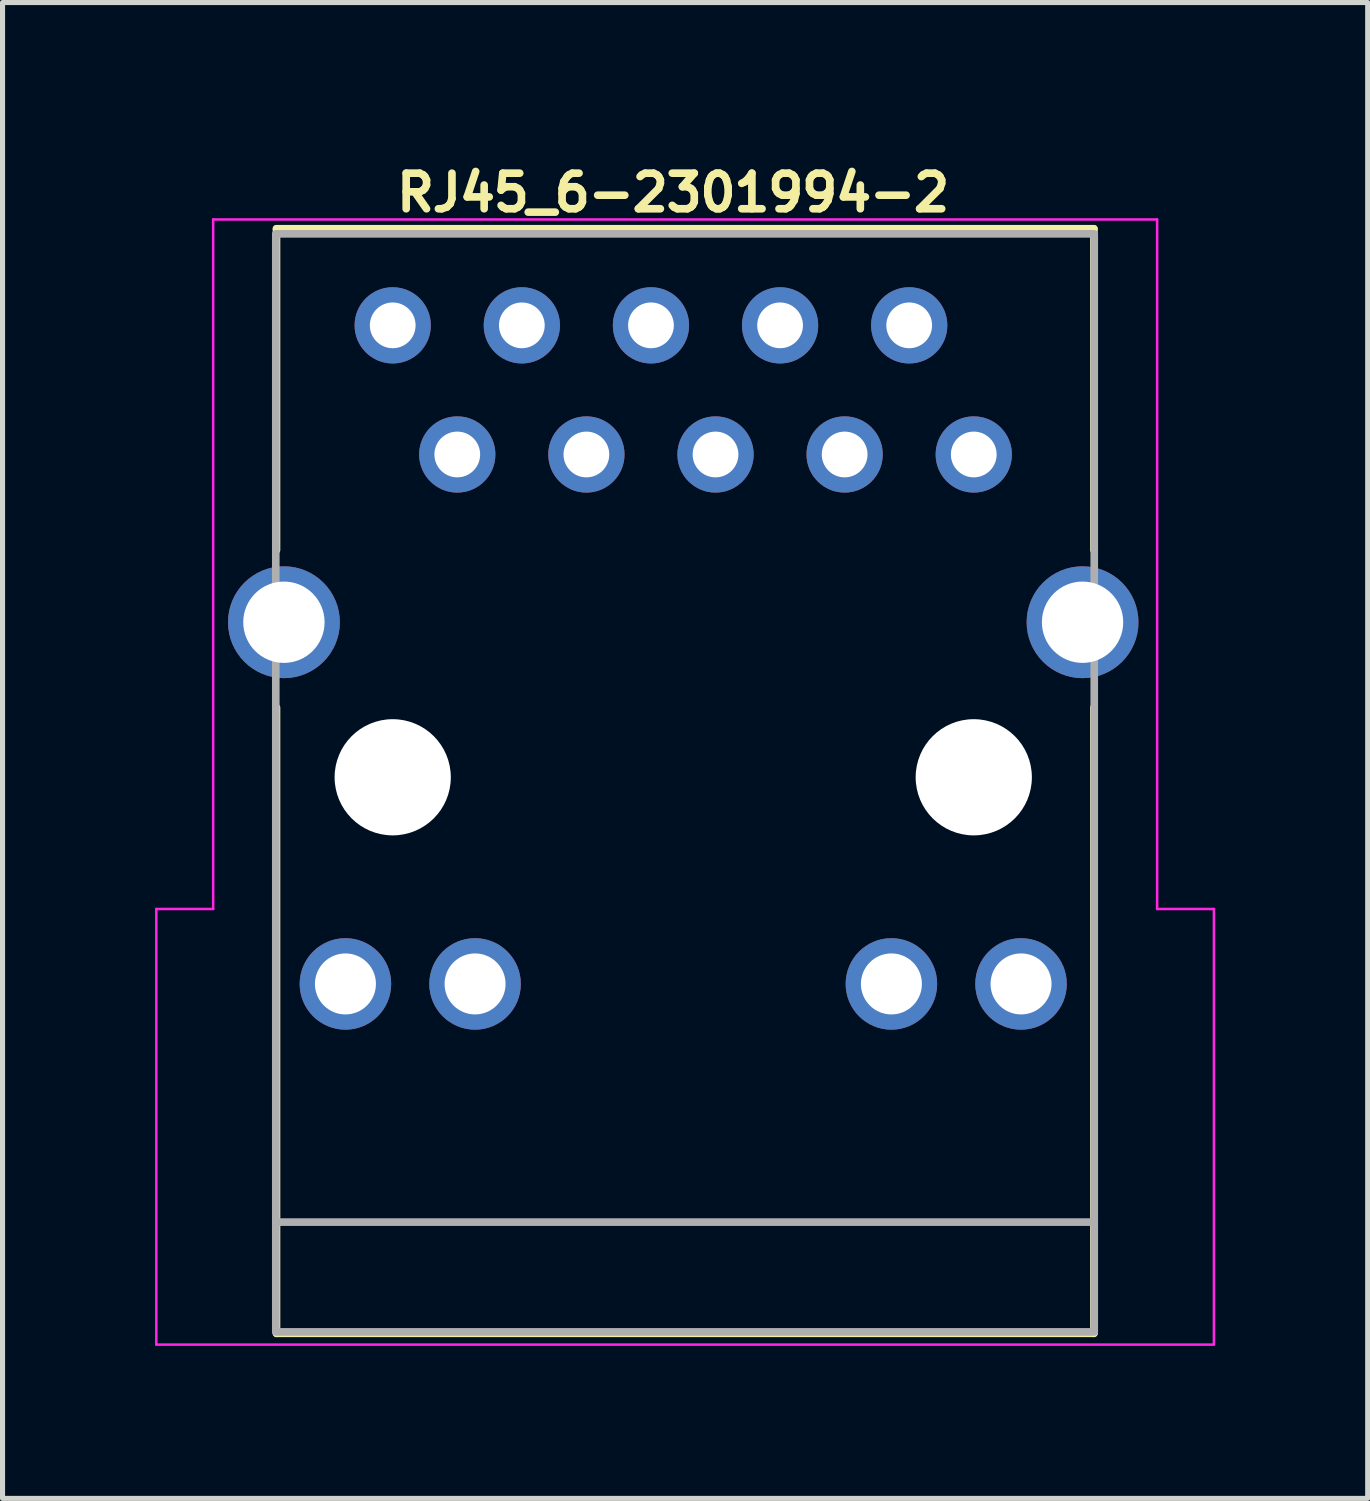
<source format=kicad_pcb>
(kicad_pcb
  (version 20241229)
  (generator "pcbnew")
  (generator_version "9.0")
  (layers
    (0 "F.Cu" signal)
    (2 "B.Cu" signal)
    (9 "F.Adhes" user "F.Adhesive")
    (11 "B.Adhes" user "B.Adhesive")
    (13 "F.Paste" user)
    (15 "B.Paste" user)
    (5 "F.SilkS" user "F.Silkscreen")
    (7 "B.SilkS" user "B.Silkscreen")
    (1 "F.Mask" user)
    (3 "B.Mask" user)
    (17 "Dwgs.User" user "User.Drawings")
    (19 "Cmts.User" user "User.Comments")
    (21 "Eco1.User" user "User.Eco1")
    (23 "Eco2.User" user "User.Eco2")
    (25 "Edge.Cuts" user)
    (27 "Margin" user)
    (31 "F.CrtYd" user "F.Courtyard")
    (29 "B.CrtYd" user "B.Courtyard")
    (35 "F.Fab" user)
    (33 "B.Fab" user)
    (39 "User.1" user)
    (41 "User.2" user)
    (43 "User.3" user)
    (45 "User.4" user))
  (footprint "RJ45_6-2301994-2"
    (layer "F.Cu")
    (at 4.675 3.35)
    (property "Reference" "RJ45_6-2301994-2" (at 0 -2.2 0) (unlocked yes) (layer "F.SilkS") (effects (font (size 0.7 0.7) (thickness 0.15)) (justify left bottom)))
    (attr through_hole)
    (fp_line (start -2.286 4.42) (end -2.286 -1.9) (stroke (width 0.15) (type solid)) (layer "F.SilkS"))
    (fp_line (start -2.286 19.828) (end -2.286 7.519) (stroke (width 0.15) (type solid)) (layer "F.SilkS"))
    (fp_line (start -2.286 19.828) (end 13.793 19.828) (stroke (width 0.15) (type solid)) (layer "F.SilkS"))
    (fp_line (start 13.793 -1.9) (end -2.286 -1.9) (stroke (width 0.15) (type solid)) (layer "F.SilkS"))
    (fp_line (start 13.793 4.42) (end 13.793 -1.9) (stroke (width 0.15) (type solid)) (layer "F.SilkS"))
    (fp_line (start 13.793 7.519) (end 13.793 19.828) (stroke (width 0.15) (type solid)) (layer "F.SilkS"))
    (fp_line (start -4.65 20.05) (end -4.65 11.481) (stroke (width 0.05) (type default)) (layer "F.CrtYd"))
    (fp_line (start -3.532 -2.083) (end 15.037 -2.083) (stroke (width 0.05) (type default)) (layer "F.CrtYd"))
    (fp_line (start -3.532 11.481) (end -4.65 11.481) (stroke (width 0.05) (type default)) (layer "F.CrtYd"))
    (fp_line (start -3.532 11.481) (end -3.532 -2.083) (stroke (width 0.05) (type default)) (layer "F.CrtYd"))
    (fp_line (start 15.037 11.481) (end 15.037 -2.083) (stroke (width 0.05) (type default)) (layer "F.CrtYd"))
    (fp_line (start 16.15 20.05) (end -4.65 20.05) (stroke (width 0.05) (type default)) (layer "F.CrtYd"))
    (fp_line (start 16.154 11.481) (end 15.037 11.481) (stroke (width 0.05) (type default)) (layer "F.CrtYd"))
    (fp_line (start 16.154 11.481) (end 16.154 20.05) (stroke (width 0.05) (type default)) (layer "F.CrtYd"))
    (fp_line (start -2.3 17.64) (end 13.8 17.64) (stroke (width 0.15) (type solid)) (layer "F.Fab"))
    (fp_rect (start -2.3 -1.8) (end 13.8 19.8) (stroke (width 0.15) (type solid)) (fill no) (layer "F.Fab"))
    (fp_line (start -4.25 11.823) (end -4.077 11.723) (stroke (width 0.02) (type solid)) (layer "User.9"))
    (fp_line (start -4.25 11.823) (end -4.077 11.723) (stroke (width 0.02) (type solid)) (layer "User.9"))
    (fp_line (start -4.208 11.897) (end -4.25 11.823) (stroke (width 0.02) (type solid)) (layer "User.9"))
    (fp_line (start -4.105 12.075) (end -4.208 11.897) (stroke (width 0.02) (type solid)) (layer "User.9"))
    (fp_line (start -4.105 12.075) (end -3.974 12.3) (stroke (width 0.02) (type solid)) (layer "User.9"))
    (fp_line (start -4.077 11.723) (end -4.25 11.823) (stroke (width 0.02) (type solid)) (layer "User.9"))
    (fp_line (start -4.077 11.723) (end -4.25 11.823) (stroke (width 0.02) (type solid)) (layer "User.9"))
    (fp_line (start -4.077 11.723) (end -4.034 11.797) (stroke (width 0.02) (type solid)) (layer "User.9"))
    (fp_line (start -4.034 11.797) (end -3.931 11.975) (stroke (width 0.02) (type solid)) (layer "User.9"))
    (fp_line (start -3.974 12.302) (end -3.974 12.3) (stroke (width 0.02) (type solid)) (layer "User.9"))
    (fp_line (start -3.974 12.302) (end -3.974 12.3) (stroke (width 0.02) (type solid)) (layer "User.9"))
    (fp_line (start -3.973 12.303) (end -3.974 12.302) (stroke (width 0.02) (type solid)) (layer "User.9"))
    (fp_line (start -3.973 12.303) (end -3.974 12.302) (stroke (width 0.02) (type solid)) (layer "User.9"))
    (fp_line (start -3.972 12.305) (end -3.973 12.303) (stroke (width 0.02) (type solid)) (layer "User.9"))
    (fp_line (start -3.972 12.305) (end -3.973 12.303) (stroke (width 0.02) (type solid)) (layer "User.9"))
    (fp_line (start -3.972 12.306) (end -3.972 12.305) (stroke (width 0.02) (type solid)) (layer "User.9"))
    (fp_line (start -3.972 12.306) (end -3.972 12.305) (stroke (width 0.02) (type solid)) (layer "User.9"))
    (fp_line (start -3.971 12.308) (end -3.972 12.306) (stroke (width 0.02) (type solid)) (layer "User.9"))
    (fp_line (start -3.971 12.308) (end -3.972 12.306) (stroke (width 0.02) (type solid)) (layer "User.9"))
    (fp_line (start -3.971 12.309) (end -3.971 12.308) (stroke (width 0.02) (type solid)) (layer "User.9"))
    (fp_line (start -3.971 12.309) (end -3.971 12.308) (stroke (width 0.02) (type solid)) (layer "User.9"))
    (fp_line (start -3.97 12.31) (end -3.971 12.309) (stroke (width 0.02) (type solid)) (layer "User.9"))
    (fp_line (start -3.97 12.31) (end -3.971 12.309) (stroke (width 0.02) (type solid)) (layer "User.9"))
    (fp_line (start -3.97 12.312) (end -3.97 12.31) (stroke (width 0.02) (type solid)) (layer "User.9"))
    (fp_line (start -3.97 12.312) (end -3.97 12.31) (stroke (width 0.02) (type solid)) (layer "User.9"))
    (fp_line (start -3.969 12.313) (end -3.97 12.312) (stroke (width 0.02) (type solid)) (layer "User.9"))
    (fp_line (start -3.969 12.313) (end -3.97 12.312) (stroke (width 0.02) (type solid)) (layer "User.9"))
    (fp_line (start -3.969 12.315) (end -3.969 12.313) (stroke (width 0.02) (type solid)) (layer "User.9"))
    (fp_line (start -3.969 12.315) (end -3.969 12.313) (stroke (width 0.02) (type solid)) (layer "User.9"))
    (fp_line (start -3.969 12.317) (end -3.969 12.315) (stroke (width 0.02) (type solid)) (layer "User.9"))
    (fp_line (start -3.969 12.317) (end -3.969 12.315) (stroke (width 0.02) (type solid)) (layer "User.9"))
    (fp_line (start -3.968 12.318) (end -3.969 12.317) (stroke (width 0.02) (type solid)) (layer "User.9"))
    (fp_line (start -3.968 12.318) (end -3.969 12.317) (stroke (width 0.02) (type solid)) (layer "User.9"))
    (fp_line (start -3.968 12.32) (end -3.968 12.318) (stroke (width 0.02) (type solid)) (layer "User.9"))
    (fp_line (start -3.968 12.32) (end -3.968 12.318) (stroke (width 0.02) (type solid)) (layer "User.9"))
    (fp_line (start -3.968 12.321) (end -3.968 12.32) (stroke (width 0.02) (type solid)) (layer "User.9"))
    (fp_line (start -3.968 12.321) (end -3.968 12.32) (stroke (width 0.02) (type solid)) (layer "User.9"))
    (fp_line (start -3.968 12.323) (end -3.968 12.321) (stroke (width 0.02) (type solid)) (layer "User.9"))
    (fp_line (start -3.968 12.323) (end -3.968 12.321) (stroke (width 0.02) (type solid)) (layer "User.9"))
    (fp_line (start -3.968 12.324) (end -3.968 12.323) (stroke (width 0.02) (type solid)) (layer "User.9"))
    (fp_line (start -3.968 12.324) (end -3.968 12.323) (stroke (width 0.02) (type solid)) (layer "User.9"))
    (fp_line (start -3.968 12.324) (end -3.968 15.622) (stroke (width 0.02) (type solid)) (layer "User.9"))
    (fp_line (start -3.968 12.324) (end -3.968 15.622) (stroke (width 0.02) (type solid)) (layer "User.9"))
    (fp_line (start -3.968 15.622) (end -3.967 15.731) (stroke (width 0.02) (type solid)) (layer "User.9"))
    (fp_line (start -3.967 15.731) (end -3.962 15.839) (stroke (width 0.02) (type solid)) (layer "User.9"))
    (fp_line (start -3.962 15.839) (end -3.956 15.946) (stroke (width 0.02) (type solid)) (layer "User.9"))
    (fp_line (start -3.956 15.946) (end -3.946 16.053) (stroke (width 0.02) (type solid)) (layer "User.9"))
    (fp_line (start -3.946 16.053) (end -3.934 16.158) (stroke (width 0.02) (type solid)) (layer "User.9"))
    (fp_line (start -3.934 16.158) (end -3.92 16.262) (stroke (width 0.02) (type solid)) (layer "User.9"))
    (fp_line (start -3.92 16.262) (end -3.903 16.365) (stroke (width 0.02) (type solid)) (layer "User.9"))
    (fp_line (start -3.903 16.365) (end -3.883 16.467) (stroke (width 0.02) (type solid)) (layer "User.9"))
    (fp_line (start -3.883 16.467) (end -3.862 16.568) (stroke (width 0.02) (type solid)) (layer "User.9"))
    (fp_line (start -3.862 16.568) (end -3.837 16.668) (stroke (width 0.02) (type solid)) (layer "User.9"))
    (fp_line (start -3.837 16.668) (end -3.811 16.767) (stroke (width 0.02) (type solid)) (layer "User.9"))
    (fp_line (start -3.811 16.767) (end -3.782 16.865) (stroke (width 0.02) (type solid)) (layer "User.9"))
    (fp_line (start -3.801 12.2) (end -3.931 11.975) (stroke (width 0.02) (type solid)) (layer "User.9"))
    (fp_line (start -3.797 12.208) (end -3.801 12.2) (stroke (width 0.02) (type solid)) (layer "User.9"))
    (fp_line (start -3.793 12.215) (end -3.797 12.208) (stroke (width 0.02) (type solid)) (layer "User.9"))
    (fp_line (start -3.79 12.222) (end -3.793 12.215) (stroke (width 0.02) (type solid)) (layer "User.9"))
    (fp_line (start -3.787 12.23) (end -3.79 12.222) (stroke (width 0.02) (type solid)) (layer "User.9"))
    (fp_line (start -3.784 12.237) (end -3.787 12.23) (stroke (width 0.02) (type solid)) (layer "User.9"))
    (fp_line (start -3.782 16.865) (end -3.751 16.962) (stroke (width 0.02) (type solid)) (layer "User.9"))
    (fp_line (start -3.781 12.245) (end -3.784 12.237) (stroke (width 0.02) (type solid)) (layer "User.9"))
    (fp_line (start -3.779 12.252) (end -3.781 12.245) (stroke (width 0.02) (type solid)) (layer "User.9"))
    (fp_line (start -3.776 12.26) (end -3.779 12.252) (stroke (width 0.02) (type solid)) (layer "User.9"))
    (fp_line (start -3.774 12.268) (end -3.776 12.26) (stroke (width 0.02) (type solid)) (layer "User.9"))
    (fp_line (start -3.773 12.276) (end -3.774 12.268) (stroke (width 0.02) (type solid)) (layer "User.9"))
    (fp_line (start -3.771 12.284) (end -3.773 12.276) (stroke (width 0.02) (type solid)) (layer "User.9"))
    (fp_line (start -3.77 12.292) (end -3.771 12.284) (stroke (width 0.02) (type solid)) (layer "User.9"))
    (fp_line (start -3.769 12.3) (end -3.77 12.292) (stroke (width 0.02) (type solid)) (layer "User.9"))
    (fp_line (start -3.769 12.308) (end -3.769 12.3) (stroke (width 0.02) (type solid)) (layer "User.9"))
    (fp_line (start -3.768 12.316) (end -3.769 12.308) (stroke (width 0.02) (type solid)) (layer "User.9"))
    (fp_line (start -3.768 12.324) (end -3.768 12.316) (stroke (width 0.02) (type solid)) (layer "User.9"))
    (fp_line (start -3.768 15.622) (end -3.768 12.324) (stroke (width 0.02) (type solid)) (layer "User.9"))
    (fp_line (start -3.768 15.622) (end -3.768 12.324) (stroke (width 0.02) (type solid)) (layer "User.9"))
    (fp_line (start -3.768 15.622) (end -3.767 15.726) (stroke (width 0.02) (type solid)) (layer "User.9"))
    (fp_line (start -3.768 15.622) (end -3.767 15.726) (stroke (width 0.02) (type solid)) (layer "User.9"))
    (fp_line (start -3.767 15.726) (end -3.763 15.829) (stroke (width 0.02) (type solid)) (layer "User.9"))
    (fp_line (start -3.767 15.726) (end -3.763 15.829) (stroke (width 0.02) (type solid)) (layer "User.9"))
    (fp_line (start -3.763 15.829) (end -3.756 15.931) (stroke (width 0.02) (type solid)) (layer "User.9"))
    (fp_line (start -3.763 15.829) (end -3.756 15.931) (stroke (width 0.02) (type solid)) (layer "User.9"))
    (fp_line (start -3.756 15.931) (end -3.747 16.032) (stroke (width 0.02) (type solid)) (layer "User.9"))
    (fp_line (start -3.756 15.931) (end -3.747 16.032) (stroke (width 0.02) (type solid)) (layer "User.9"))
    (fp_line (start -3.751 16.962) (end -3.718 17.058) (stroke (width 0.02) (type solid)) (layer "User.9"))
    (fp_line (start -3.747 16.032) (end -3.736 16.132) (stroke (width 0.02) (type solid)) (layer "User.9"))
    (fp_line (start -3.747 16.032) (end -3.736 16.132) (stroke (width 0.02) (type solid)) (layer "User.9"))
    (fp_line (start -3.736 16.132) (end -3.722 16.231) (stroke (width 0.02) (type solid)) (layer "User.9"))
    (fp_line (start -3.736 16.132) (end -3.722 16.231) (stroke (width 0.02) (type solid)) (layer "User.9"))
    (fp_line (start -3.722 16.231) (end -3.706 16.33) (stroke (width 0.02) (type solid)) (layer "User.9"))
    (fp_line (start -3.722 16.231) (end -3.706 16.33) (stroke (width 0.02) (type solid)) (layer "User.9"))
    (fp_line (start -3.718 17.058) (end -3.682 17.153) (stroke (width 0.02) (type solid)) (layer "User.9"))
    (fp_line (start -3.706 16.33) (end -3.687 16.427) (stroke (width 0.02) (type solid)) (layer "User.9"))
    (fp_line (start -3.706 16.33) (end -3.687 16.427) (stroke (width 0.02) (type solid)) (layer "User.9"))
    (fp_line (start -3.687 16.427) (end -3.667 16.523) (stroke (width 0.02) (type solid)) (layer "User.9"))
    (fp_line (start -3.687 16.427) (end -3.667 16.523) (stroke (width 0.02) (type solid)) (layer "User.9"))
    (fp_line (start -3.682 17.153) (end -3.645 17.248) (stroke (width 0.02) (type solid)) (layer "User.9"))
    (fp_line (start -3.667 16.523) (end -3.644 16.618) (stroke (width 0.02) (type solid)) (layer "User.9"))
    (fp_line (start -3.667 16.523) (end -3.644 16.618) (stroke (width 0.02) (type solid)) (layer "User.9"))
    (fp_line (start -3.645 17.248) (end -3.604 17.341) (stroke (width 0.02) (type solid)) (layer "User.9"))
    (fp_line (start -3.644 16.618) (end -3.618 16.713) (stroke (width 0.02) (type solid)) (layer "User.9"))
    (fp_line (start -3.644 16.618) (end -3.618 16.713) (stroke (width 0.02) (type solid)) (layer "User.9"))
    (fp_line (start -3.618 16.713) (end -3.591 16.806) (stroke (width 0.02) (type solid)) (layer "User.9"))
    (fp_line (start -3.618 16.713) (end -3.591 16.806) (stroke (width 0.02) (type solid)) (layer "User.9"))
    (fp_line (start -3.604 17.341) (end -3.562 17.434) (stroke (width 0.02) (type solid)) (layer "User.9"))
    (fp_line (start -3.591 16.806) (end -3.561 16.899) (stroke (width 0.02) (type solid)) (layer "User.9"))
    (fp_line (start -3.591 16.806) (end -3.561 16.899) (stroke (width 0.02) (type solid)) (layer "User.9"))
    (fp_line (start -3.562 17.434) (end -3.518 17.525) (stroke (width 0.02) (type solid)) (layer "User.9"))
    (fp_line (start -3.561 16.899) (end -3.53 16.99) (stroke (width 0.02) (type solid)) (layer "User.9"))
    (fp_line (start -3.561 16.899) (end -3.53 16.99) (stroke (width 0.02) (type solid)) (layer "User.9"))
    (fp_line (start -3.53 16.99) (end -3.496 17.081) (stroke (width 0.02) (type solid)) (layer "User.9"))
    (fp_line (start -3.53 16.99) (end -3.496 17.081) (stroke (width 0.02) (type solid)) (layer "User.9"))
    (fp_line (start -3.518 17.525) (end -3.471 17.616) (stroke (width 0.02) (type solid)) (layer "User.9"))
    (fp_line (start -3.496 17.081) (end -3.46 17.171) (stroke (width 0.02) (type solid)) (layer "User.9"))
    (fp_line (start -3.496 17.081) (end -3.46 17.171) (stroke (width 0.02) (type solid)) (layer "User.9"))
    (fp_line (start -3.471 17.616) (end -3.422 17.706) (stroke (width 0.02) (type solid)) (layer "User.9"))
    (fp_line (start -3.46 17.171) (end -3.422 17.26) (stroke (width 0.02) (type solid)) (layer "User.9"))
    (fp_line (start -3.46 17.171) (end -3.422 17.26) (stroke (width 0.02) (type solid)) (layer "User.9"))
    (fp_line (start -3.422 17.26) (end -3.381 17.348) (stroke (width 0.02) (type solid)) (layer "User.9"))
    (fp_line (start -3.422 17.26) (end -3.381 17.348) (stroke (width 0.02) (type solid)) (layer "User.9"))
    (fp_line (start -3.422 17.706) (end -3.371 17.795) (stroke (width 0.02) (type solid)) (layer "User.9"))
    (fp_line (start -3.381 17.348) (end -3.339 17.436) (stroke (width 0.02) (type solid)) (layer "User.9"))
    (fp_line (start -3.381 17.348) (end -3.339 17.436) (stroke (width 0.02) (type solid)) (layer "User.9"))
    (fp_line (start -3.371 17.795) (end -3.317 17.882) (stroke (width 0.02) (type solid)) (layer "User.9"))
    (fp_line (start -3.339 17.436) (end -3.294 17.522) (stroke (width 0.02) (type solid)) (layer "User.9"))
    (fp_line (start -3.339 17.436) (end -3.294 17.522) (stroke (width 0.02) (type solid)) (layer "User.9"))
    (fp_line (start -3.317 17.882) (end -3.261 17.969) (stroke (width 0.02) (type solid)) (layer "User.9"))
    (fp_line (start -3.294 17.522) (end -3.248 17.608) (stroke (width 0.02) (type solid)) (layer "User.9"))
    (fp_line (start -3.294 17.522) (end -3.248 17.608) (stroke (width 0.02) (type solid)) (layer "User.9"))
    (fp_line (start -3.261 17.969) (end -3.203 18.055) (stroke (width 0.02) (type solid)) (layer "User.9"))
    (fp_line (start -3.248 17.608) (end -3.199 17.692) (stroke (width 0.02) (type solid)) (layer "User.9"))
    (fp_line (start -3.248 17.608) (end -3.199 17.692) (stroke (width 0.02) (type solid)) (layer "User.9"))
    (fp_line (start -3.203 18.055) (end -3.142 18.14) (stroke (width 0.02) (type solid)) (layer "User.9"))
    (fp_line (start -3.199 17.692) (end -3.148 17.776) (stroke (width 0.02) (type solid)) (layer "User.9"))
    (fp_line (start -3.199 17.692) (end -3.148 17.776) (stroke (width 0.02) (type solid)) (layer "User.9"))
    (fp_line (start -3.148 17.776) (end -3.094 17.859) (stroke (width 0.02) (type solid)) (layer "User.9"))
    (fp_line (start -3.148 17.776) (end -3.094 17.859) (stroke (width 0.02) (type solid)) (layer "User.9"))
    (fp_line (start -3.142 18.14) (end -3.078 18.224) (stroke (width 0.02) (type solid)) (layer "User.9"))
    (fp_line (start -3.094 17.859) (end -3.039 17.941) (stroke (width 0.02) (type solid)) (layer "User.9"))
    (fp_line (start -3.094 17.859) (end -3.039 17.941) (stroke (width 0.02) (type solid)) (layer "User.9"))
    (fp_line (start -3.078 18.224) (end -3.013 18.306) (stroke (width 0.02) (type solid)) (layer "User.9"))
    (fp_line (start -3.039 17.941) (end -2.981 18.021) (stroke (width 0.02) (type solid)) (layer "User.9"))
    (fp_line (start -3.039 17.941) (end -2.981 18.021) (stroke (width 0.02) (type solid)) (layer "User.9"))
    (fp_line (start -3.013 18.306) (end -2.944 18.388) (stroke (width 0.02) (type solid)) (layer "User.9"))
    (fp_line (start -2.981 18.021) (end -2.92 18.101) (stroke (width 0.02) (type solid)) (layer "User.9"))
    (fp_line (start -2.981 18.021) (end -2.92 18.101) (stroke (width 0.02) (type solid)) (layer "User.9"))
    (fp_line (start -2.944 18.388) (end -2.873 18.469) (stroke (width 0.02) (type solid)) (layer "User.9"))
    (fp_line (start -2.92 18.101) (end -2.858 18.18) (stroke (width 0.02) (type solid)) (layer "User.9"))
    (fp_line (start -2.92 18.101) (end -2.858 18.18) (stroke (width 0.02) (type solid)) (layer "User.9"))
    (fp_line (start -2.873 18.469) (end -2.8 18.548) (stroke (width 0.02) (type solid)) (layer "User.9"))
    (fp_line (start -2.858 18.18) (end -2.792 18.258) (stroke (width 0.02) (type solid)) (layer "User.9"))
    (fp_line (start -2.858 18.18) (end -2.792 18.258) (stroke (width 0.02) (type solid)) (layer "User.9"))
    (fp_line (start -2.8 18.548) (end -2.723 18.627) (stroke (width 0.02) (type solid)) (layer "User.9"))
    (fp_line (start -2.792 18.258) (end -2.725 18.335) (stroke (width 0.02) (type solid)) (layer "User.9"))
    (fp_line (start -2.792 18.258) (end -2.725 18.335) (stroke (width 0.02) (type solid)) (layer "User.9"))
    (fp_line (start -2.725 18.335) (end -2.655 18.411) (stroke (width 0.02) (type solid)) (layer "User.9"))
    (fp_line (start -2.725 18.335) (end -2.655 18.411) (stroke (width 0.02) (type solid)) (layer "User.9"))
    (fp_line (start -2.723 18.627) (end -2.209 19.141) (stroke (width 0.02) (type solid)) (layer "User.9"))
    (fp_line (start -2.655 18.411) (end -2.582 18.485) (stroke (width 0.02) (type solid)) (layer "User.9"))
    (fp_line (start -2.655 18.411) (end -2.582 18.485) (stroke (width 0.02) (type solid)) (layer "User.9"))
    (fp_line (start -2.331 0.315) (end -2.2 0.377) (stroke (width 0.02) (type solid)) (layer "User.9"))
    (fp_line (start -2.31 5.693) (end -2.308 5.676) (stroke (width 0.02) (type solid)) (layer "User.9"))
    (fp_line (start -2.31 5.71) (end -2.31 5.693) (stroke (width 0.02) (type solid)) (layer "User.9"))
    (fp_line (start -2.31 5.724) (end -2.31 5.71) (stroke (width 0.02) (type solid)) (layer "User.9"))
    (fp_line (start -2.31 5.763) (end -2.31 5.724) (stroke (width 0.02) (type solid)) (layer "User.9"))
    (fp_line (start -2.31 5.85) (end -2.31 5.763) (stroke (width 0.02) (type solid)) (layer "User.9"))
    (fp_line (start -2.31 5.96) (end -2.31 5.85) (stroke (width 0.02) (type solid)) (layer "User.9"))
    (fp_line (start -2.31 5.987) (end -2.31 5.96) (stroke (width 0.02) (type solid)) (layer "User.9"))
    (fp_line (start -2.31 5.99) (end -2.31 5.987) (stroke (width 0.02) (type solid)) (layer "User.9"))
    (fp_line (start -2.31 5.99) (end -2.31 6.007) (stroke (width 0.02) (type solid)) (layer "User.9"))
    (fp_line (start -2.31 6.007) (end -2.308 6.024) (stroke (width 0.02) (type solid)) (layer "User.9"))
    (fp_line (start -2.308 5.676) (end -2.306 5.659) (stroke (width 0.02) (type solid)) (layer "User.9"))
    (fp_line (start -2.308 6.024) (end -2.306 6.041) (stroke (width 0.02) (type solid)) (layer "User.9"))
    (fp_line (start -2.306 5.659) (end -2.303 5.643) (stroke (width 0.02) (type solid)) (layer "User.9"))
    (fp_line (start -2.306 6.041) (end -2.303 6.057) (stroke (width 0.02) (type solid)) (layer "User.9"))
    (fp_line (start -2.303 5.643) (end -2.299 5.626) (stroke (width 0.02) (type solid)) (layer "User.9"))
    (fp_line (start -2.303 6.057) (end -2.299 6.074) (stroke (width 0.02) (type solid)) (layer "User.9"))
    (fp_line (start -2.299 5.626) (end -2.294 5.61) (stroke (width 0.02) (type solid)) (layer "User.9"))
    (fp_line (start -2.299 6.074) (end -2.294 6.09) (stroke (width 0.02) (type solid)) (layer "User.9"))
    (fp_line (start -2.294 5.61) (end -2.288 5.595) (stroke (width 0.02) (type solid)) (layer "User.9"))
    (fp_line (start -2.294 6.09) (end -2.288 6.105) (stroke (width 0.02) (type solid)) (layer "User.9"))
    (fp_line (start -2.288 5.595) (end -2.281 5.579) (stroke (width 0.02) (type solid)) (layer "User.9"))
    (fp_line (start -2.288 6.105) (end -2.281 6.121) (stroke (width 0.02) (type solid)) (layer "User.9"))
    (fp_line (start -2.281 5.579) (end -2.274 5.564) (stroke (width 0.02) (type solid)) (layer "User.9"))
    (fp_line (start -2.281 6.121) (end -2.274 6.136) (stroke (width 0.02) (type solid)) (layer "User.9"))
    (fp_line (start -2.274 5.564) (end -2.265 5.55) (stroke (width 0.02) (type solid)) (layer "User.9"))
    (fp_line (start -2.274 6.136) (end -2.265 6.15) (stroke (width 0.02) (type solid)) (layer "User.9"))
    (fp_line (start -2.265 5.55) (end -2.256 5.536) (stroke (width 0.02) (type solid)) (layer "User.9"))
    (fp_line (start -2.265 6.15) (end -2.256 6.164) (stroke (width 0.02) (type solid)) (layer "User.9"))
    (fp_line (start -2.256 5.536) (end -2.247 5.522) (stroke (width 0.02) (type solid)) (layer "User.9"))
    (fp_line (start -2.256 6.164) (end -2.247 6.178) (stroke (width 0.02) (type solid)) (layer "User.9"))
    (fp_line (start -2.247 5.522) (end -2.236 5.509) (stroke (width 0.02) (type solid)) (layer "User.9"))
    (fp_line (start -2.247 6.178) (end -2.236 6.191) (stroke (width 0.02) (type solid)) (layer "User.9"))
    (fp_line (start -2.236 5.509) (end -2.225 5.496) (stroke (width 0.02) (type solid)) (layer "User.9"))
    (fp_line (start -2.236 6.191) (end -2.225 6.204) (stroke (width 0.02) (type solid)) (layer "User.9"))
    (fp_line (start -2.225 5.496) (end -2.213 5.484) (stroke (width 0.02) (type solid)) (layer "User.9"))
    (fp_line (start -2.225 6.204) (end -2.213 6.216) (stroke (width 0.02) (type solid)) (layer "User.9"))
    (fp_line (start -2.213 5.484) (end -2.2 5.473) (stroke (width 0.02) (type solid)) (layer "User.9"))
    (fp_line (start -2.213 6.216) (end -2.2 6.227) (stroke (width 0.02) (type solid)) (layer "User.9"))
    (fp_line (start -2.208 19.142) (end -2.209 19.141) (stroke (width 0.02) (type solid)) (layer "User.9"))
    (fp_line (start -2.208 19.142) (end -2.209 19.141) (stroke (width 0.02) (type solid)) (layer "User.9"))
    (fp_line (start -2.207 19.143) (end -2.208 19.142) (stroke (width 0.02) (type solid)) (layer "User.9"))
    (fp_line (start -2.207 19.143) (end -2.208 19.142) (stroke (width 0.02) (type solid)) (layer "User.9"))
    (fp_line (start -2.206 19.144) (end -2.207 19.143) (stroke (width 0.02) (type solid)) (layer "User.9"))
    (fp_line (start -2.206 19.144) (end -2.207 19.143) (stroke (width 0.02) (type solid)) (layer "User.9"))
    (fp_line (start -2.205 19.146) (end -2.206 19.144) (stroke (width 0.02) (type solid)) (layer "User.9"))
    (fp_line (start -2.205 19.146) (end -2.206 19.144) (stroke (width 0.02) (type solid)) (layer "User.9"))
    (fp_line (start -2.204 19.147) (end -2.205 19.146) (stroke (width 0.02) (type solid)) (layer "User.9"))
    (fp_line (start -2.204 19.147) (end -2.205 19.146) (stroke (width 0.02) (type solid)) (layer "User.9"))
    (fp_line (start -2.204 19.148) (end -2.204 19.147) (stroke (width 0.02) (type solid)) (layer "User.9"))
    (fp_line (start -2.204 19.148) (end -2.204 19.147) (stroke (width 0.02) (type solid)) (layer "User.9"))
    (fp_line (start -2.203 19.15) (end -2.204 19.148) (stroke (width 0.02) (type solid)) (layer "User.9"))
    (fp_line (start -2.203 19.15) (end -2.204 19.148) (stroke (width 0.02) (type solid)) (layer "User.9"))
    (fp_line (start -2.202 19.151) (end -2.203 19.15) (stroke (width 0.02) (type solid)) (layer "User.9"))
    (fp_line (start -2.202 19.151) (end -2.203 19.15) (stroke (width 0.02) (type solid)) (layer "User.9"))
    (fp_line (start -2.202 19.152) (end -2.202 19.151) (stroke (width 0.02) (type solid)) (layer "User.9"))
    (fp_line (start -2.202 19.152) (end -2.202 19.151) (stroke (width 0.02) (type solid)) (layer "User.9"))
    (fp_line (start -2.201 19.154) (end -2.202 19.152) (stroke (width 0.02) (type solid)) (layer "User.9"))
    (fp_line (start -2.201 19.154) (end -2.202 19.152) (stroke (width 0.02) (type solid)) (layer "User.9"))
    (fp_line (start -2.201 19.155) (end -2.201 19.154) (stroke (width 0.02) (type solid)) (layer "User.9"))
    (fp_line (start -2.201 19.155) (end -2.201 19.154) (stroke (width 0.02) (type solid)) (layer "User.9"))
    (fp_line (start -2.201 19.157) (end -2.201 19.155) (stroke (width 0.02) (type solid)) (layer "User.9"))
    (fp_line (start -2.201 19.157) (end -2.201 19.155) (stroke (width 0.02) (type solid)) (layer "User.9"))
    (fp_line (start -2.2 -1.3) (end -2.083 -1.3) (stroke (width 0.02) (type solid)) (layer "User.9"))
    (fp_line (start -2.2 0.035) (end -2.331 0.315) (stroke (width 0.02) (type solid)) (layer "User.9"))
    (fp_line (start -2.2 18.867) (end -2.582 18.485) (stroke (width 0.02) (type solid)) (layer "User.9"))
    (fp_line (start -2.2 19.158) (end -2.201 19.157) (stroke (width 0.02) (type solid)) (layer "User.9"))
    (fp_line (start -2.2 19.158) (end -2.201 19.157) (stroke (width 0.02) (type solid)) (layer "User.9"))
    (fp_line (start -2.2 19.16) (end -2.2 19.158) (stroke (width 0.02) (type solid)) (layer "User.9"))
    (fp_line (start -2.2 19.16) (end -2.2 19.158) (stroke (width 0.02) (type solid)) (layer "User.9"))
    (fp_line (start -2.2 19.162) (end -2.2 19.16) (stroke (width 0.02) (type solid)) (layer "User.9"))
    (fp_line (start -2.2 19.162) (end -2.2 19.16) (stroke (width 0.02) (type solid)) (layer "User.9"))
    (fp_line (start -2.2 19.163) (end -2.2 19.162) (stroke (width 0.02) (type solid)) (layer "User.9"))
    (fp_line (start -2.2 19.163) (end -2.2 19.162) (stroke (width 0.02) (type solid)) (layer "User.9"))
    (fp_line (start -2.2 19.25) (end -2.2 -1.3) (stroke (width 0.02) (type solid)) (layer "User.9"))
    (fp_line (start -2.2 19.25) (end -2.199 19.271) (stroke (width 0.02) (type solid)) (layer "User.9"))
    (fp_line (start -2.199 -1.321) (end -2.2 -1.3) (stroke (width 0.02) (type solid)) (layer "User.9"))
    (fp_line (start -2.199 19.271) (end -2.198 19.291) (stroke (width 0.02) (type solid)) (layer "User.9"))
    (fp_line (start -2.198 -1.341) (end -2.199 -1.321) (stroke (width 0.02) (type solid)) (layer "User.9"))
    (fp_line (start -2.198 19.291) (end -2.195 19.311) (stroke (width 0.02) (type solid)) (layer "User.9"))
    (fp_line (start -2.195 -1.361) (end -2.198 -1.341) (stroke (width 0.02) (type solid)) (layer "User.9"))
    (fp_line (start -2.195 19.311) (end -2.192 19.331) (stroke (width 0.02) (type solid)) (layer "User.9"))
    (fp_line (start -2.192 -1.381) (end -2.195 -1.361) (stroke (width 0.02) (type solid)) (layer "User.9"))
    (fp_line (start -2.192 19.331) (end -2.187 19.35) (stroke (width 0.02) (type solid)) (layer "User.9"))
    (fp_line (start -2.187 -1.4) (end -2.192 -1.381) (stroke (width 0.02) (type solid)) (layer "User.9"))
    (fp_line (start -2.187 19.35) (end -2.182 19.369) (stroke (width 0.02) (type solid)) (layer "User.9"))
    (fp_line (start -2.182 -1.419) (end -2.187 -1.4) (stroke (width 0.02) (type solid)) (layer "User.9"))
    (fp_line (start -2.182 19.369) (end -2.176 19.388) (stroke (width 0.02) (type solid)) (layer "User.9"))
    (fp_line (start -2.176 -1.438) (end -2.182 -1.419) (stroke (width 0.02) (type solid)) (layer "User.9"))
    (fp_line (start -2.176 19.388) (end -2.169 19.406) (stroke (width 0.02) (type solid)) (layer "User.9"))
    (fp_line (start -2.169 -1.456) (end -2.176 -1.438) (stroke (width 0.02) (type solid)) (layer "User.9"))
    (fp_line (start -2.169 19.406) (end -2.161 19.423) (stroke (width 0.02) (type solid)) (layer "User.9"))
    (fp_line (start -2.161 -1.473) (end -2.169 -1.456) (stroke (width 0.02) (type solid)) (layer "User.9"))
    (fp_line (start -2.161 19.423) (end -2.152 19.441) (stroke (width 0.02) (type solid)) (layer "User.9"))
    (fp_line (start -2.152 -1.491) (end -2.161 -1.473) (stroke (width 0.02) (type solid)) (layer "User.9"))
    (fp_line (start -2.152 19.441) (end -2.142 19.457) (stroke (width 0.02) (type solid)) (layer "User.9"))
    (fp_line (start -2.142 -1.507) (end -2.152 -1.491) (stroke (width 0.02) (type solid)) (layer "User.9"))
    (fp_line (start -2.142 19.457) (end -2.132 19.474) (stroke (width 0.02) (type solid)) (layer "User.9"))
    (fp_line (start -2.132 -1.524) (end -2.142 -1.507) (stroke (width 0.02) (type solid)) (layer "User.9"))
    (fp_line (start -2.132 19.474) (end -2.121 19.489) (stroke (width 0.02) (type solid)) (layer "User.9"))
    (fp_line (start -2.121 -1.539) (end -2.132 -1.524) (stroke (width 0.02) (type solid)) (layer "User.9"))
    (fp_line (start -2.121 19.489) (end -2.109 19.504) (stroke (width 0.02) (type solid)) (layer "User.9"))
    (fp_line (start -2.109 -1.554) (end -2.121 -1.539) (stroke (width 0.02) (type solid)) (layer "User.9"))
    (fp_line (start -2.109 19.504) (end -2.096 19.519) (stroke (width 0.02) (type solid)) (layer "User.9"))
    (fp_line (start -2.096 -1.569) (end -2.109 -1.554) (stroke (width 0.02) (type solid)) (layer "User.9"))
    (fp_line (start -2.096 19.519) (end -2.083 19.533) (stroke (width 0.02) (type solid)) (layer "User.9"))
    (fp_line (start -2.083 -1.583) (end -2.096 -1.569) (stroke (width 0.02) (type solid)) (layer "User.9"))
    (fp_line (start -2.083 -1.3) (end -1.8 -1.3) (stroke (width 0.02) (type solid)) (layer "User.9"))
    (fp_line (start -2.083 19.533) (end -2.069 19.546) (stroke (width 0.02) (type solid)) (layer "User.9"))
    (fp_line (start -2.069 -1.596) (end -2.083 -1.583) (stroke (width 0.02) (type solid)) (layer "User.9"))
    (fp_line (start -2.069 19.546) (end -2.054 19.559) (stroke (width 0.02) (type solid)) (layer "User.9"))
    (fp_line (start -2.054 -1.609) (end -2.069 -1.596) (stroke (width 0.02) (type solid)) (layer "User.9"))
    (fp_line (start -2.054 19.559) (end -2.039 19.571) (stroke (width 0.02) (type solid)) (layer "User.9"))
    (fp_line (start -2.039 -1.621) (end -2.054 -1.609) (stroke (width 0.02) (type solid)) (layer "User.9"))
    (fp_line (start -2.039 19.571) (end -2.024 19.582) (stroke (width 0.02) (type solid)) (layer "User.9"))
    (fp_line (start -2.024 -1.632) (end -2.039 -1.621) (stroke (width 0.02) (type solid)) (layer "User.9"))
    (fp_line (start -2.024 19.582) (end -2.007 19.592) (stroke (width 0.02) (type solid)) (layer "User.9"))
    (fp_line (start -2.007 -1.642) (end -2.024 -1.632) (stroke (width 0.02) (type solid)) (layer "User.9"))
    (fp_line (start -2.007 19.592) (end -1.991 19.602) (stroke (width 0.02) (type solid)) (layer "User.9"))
    (fp_line (start -1.991 -1.652) (end -2.007 -1.642) (stroke (width 0.02) (type solid)) (layer "User.9"))
    (fp_line (start -1.991 19.602) (end -1.973 19.611) (stroke (width 0.02) (type solid)) (layer "User.9"))
    (fp_line (start -1.973 -1.661) (end -1.991 -1.652) (stroke (width 0.02) (type solid)) (layer "User.9"))
    (fp_line (start -1.973 19.611) (end -1.956 19.619) (stroke (width 0.02) (type solid)) (layer "User.9"))
    (fp_line (start -1.956 -1.669) (end -1.973 -1.661) (stroke (width 0.02) (type solid)) (layer "User.9"))
    (fp_line (start -1.956 19.619) (end -1.938 19.626) (stroke (width 0.02) (type solid)) (layer "User.9"))
    (fp_line (start -1.938 -1.676) (end -1.956 -1.669) (stroke (width 0.02) (type solid)) (layer "User.9"))
    (fp_line (start -1.938 19.626) (end -1.919 19.632) (stroke (width 0.02) (type solid)) (layer "User.9"))
    (fp_line (start -1.919 -1.682) (end -1.938 -1.676) (stroke (width 0.02) (type solid)) (layer "User.9"))
    (fp_line (start -1.919 19.632) (end -1.9 19.637) (stroke (width 0.02) (type solid)) (layer "User.9"))
    (fp_line (start -1.9 -1.687) (end -1.919 -1.682) (stroke (width 0.02) (type solid)) (layer "User.9"))
    (fp_line (start -1.9 19.637) (end -1.881 19.642) (stroke (width 0.02) (type solid)) (layer "User.9"))
    (fp_line (start -1.881 -1.692) (end -1.9 -1.687) (stroke (width 0.02) (type solid)) (layer "User.9"))
    (fp_line (start -1.881 19.642) (end -1.861 19.645) (stroke (width 0.02) (type solid)) (layer "User.9"))
    (fp_line (start -1.861 -1.695) (end -1.881 -1.692) (stroke (width 0.02) (type solid)) (layer "User.9"))
    (fp_line (start -1.861 19.645) (end -1.841 19.648) (stroke (width 0.02) (type solid)) (layer "User.9"))
    (fp_line (start -1.841 -1.698) (end -1.861 -1.695) (stroke (width 0.02) (type solid)) (layer "User.9"))
    (fp_line (start -1.841 19.648) (end -1.821 19.649) (stroke (width 0.02) (type solid)) (layer "User.9"))
    (fp_line (start -1.821 -1.699) (end -1.841 -1.698) (stroke (width 0.02) (type solid)) (layer "User.9"))
    (fp_line (start -1.821 19.649) (end -1.8 19.65) (stroke (width 0.02) (type solid)) (layer "User.9"))
    (fp_line (start -1.8 -1.7) (end -1.821 -1.699) (stroke (width 0.02) (type solid)) (layer "User.9"))
    (fp_line (start -1.8 19.533) (end -1.8 19.25) (stroke (width 0.02) (type solid)) (layer "User.9"))
    (fp_line (start -1.8 19.65) (end -1.8 19.533) (stroke (width 0.02) (type solid)) (layer "User.9"))
    (fp_line (start 2.085 19.163) (end 2.086 19.141) (stroke (width 0.02) (type solid)) (layer "User.9"))
    (fp_line (start 2.085 19.163) (end 2.086 19.141) (stroke (width 0.02) (type solid)) (layer "User.9"))
    (fp_line (start 2.104 18.627) (end 2.086 19.141) (stroke (width 0.02) (type solid)) (layer "User.9"))
    (fp_line (start 2.208 15.622) (end 2.104 18.627) (stroke (width 0.02) (type solid)) (layer "User.9"))
    (fp_line (start 2.324 12.324) (end 2.208 15.622) (stroke (width 0.02) (type solid)) (layer "User.9"))
    (fp_line (start 2.324 12.324) (end 2.324 12.3) (stroke (width 0.02) (type solid)) (layer "User.9"))
    (fp_line (start 2.332 12.075) (end 2.324 12.3) (stroke (width 0.02) (type solid)) (layer "User.9"))
    (fp_line (start 2.333 12.06) (end 2.333 12.067) (stroke (width 0.02) (type solid)) (layer "User.9"))
    (fp_line (start 2.333 12.067) (end 2.332 12.075) (stroke (width 0.02) (type solid)) (layer "User.9"))
    (fp_line (start 2.334 12.053) (end 2.333 12.06) (stroke (width 0.02) (type solid)) (layer "User.9"))
    (fp_line (start 2.335 12.045) (end 2.334 12.053) (stroke (width 0.02) (type solid)) (layer "User.9"))
    (fp_line (start 2.336 11.975) (end 2.332 12.075) (stroke (width 0.02) (type solid)) (layer "User.9"))
    (fp_line (start 2.336 11.975) (end 2.337 11.96) (stroke (width 0.02) (type solid)) (layer "User.9"))
    (fp_line (start 2.337 11.96) (end 2.339 11.945) (stroke (width 0.02) (type solid)) (layer "User.9"))
    (fp_line (start 2.337 12.038) (end 2.335 12.045) (stroke (width 0.02) (type solid)) (layer "User.9"))
    (fp_line (start 2.338 12.032) (end 2.337 12.038) (stroke (width 0.02) (type solid)) (layer "User.9"))
    (fp_line (start 2.339 11.945) (end 2.342 11.932) (stroke (width 0.02) (type solid)) (layer "User.9"))
    (fp_line (start 2.34 12.025) (end 2.338 12.032) (stroke (width 0.02) (type solid)) (layer "User.9"))
    (fp_line (start 2.341 12.018) (end 2.34 12.025) (stroke (width 0.02) (type solid)) (layer "User.9"))
    (fp_line (start 2.342 11.932) (end 2.345 11.918) (stroke (width 0.02) (type solid)) (layer "User.9"))
    (fp_line (start 2.343 12.012) (end 2.341 12.018) (stroke (width 0.02) (type solid)) (layer "User.9"))
    (fp_line (start 2.345 11.918) (end 2.349 11.906) (stroke (width 0.02) (type solid)) (layer "User.9"))
    (fp_line (start 2.345 12.006) (end 2.343 12.012) (stroke (width 0.02) (type solid)) (layer "User.9"))
    (fp_line (start 2.349 11.906) (end 2.354 11.894) (stroke (width 0.02) (type solid)) (layer "User.9"))
    (fp_line (start 2.35 11.994) (end 2.345 12.006) (stroke (width 0.02) (type solid)) (layer "User.9"))
    (fp_line (start 2.354 11.894) (end 2.359 11.882) (stroke (width 0.02) (type solid)) (layer "User.9"))
    (fp_line (start 2.355 11.982) (end 2.35 11.994) (stroke (width 0.02) (type solid)) (layer "User.9"))
    (fp_line (start 2.359 11.882) (end 2.365 11.871) (stroke (width 0.02) (type solid)) (layer "User.9"))
    (fp_line (start 2.361 11.971) (end 2.355 11.982) (stroke (width 0.02) (type solid)) (layer "User.9"))
    (fp_line (start 2.365 11.871) (end 2.371 11.86) (stroke (width 0.02) (type solid)) (layer "User.9"))
    (fp_line (start 2.367 11.96) (end 2.361 11.971) (stroke (width 0.02) (type solid)) (layer "User.9"))
    (fp_line (start 2.371 11.86) (end 2.378 11.85) (stroke (width 0.02) (type solid)) (layer "User.9"))
    (fp_line (start 2.374 11.95) (end 2.367 11.96) (stroke (width 0.02) (type solid)) (layer "User.9"))
    (fp_line (start 2.378 11.85) (end 2.385 11.84) (stroke (width 0.02) (type solid)) (layer "User.9"))
    (fp_line (start 2.381 11.94) (end 2.374 11.95) (stroke (width 0.02) (type solid)) (layer "User.9"))
    (fp_line (start 2.385 11.84) (end 2.393 11.831) (stroke (width 0.02) (type solid)) (layer "User.9"))
    (fp_line (start 2.389 11.931) (end 2.381 11.94) (stroke (width 0.02) (type solid)) (layer "User.9"))
    (fp_line (start 2.393 11.831) (end 2.401 11.822) (stroke (width 0.02) (type solid)) (layer "User.9"))
    (fp_line (start 2.397 11.922) (end 2.389 11.931) (stroke (width 0.02) (type solid)) (layer "User.9"))
    (fp_line (start 2.401 11.822) (end 2.409 11.813) (stroke (width 0.02) (type solid)) (layer "User.9"))
    (fp_line (start 2.406 11.913) (end 2.397 11.922) (stroke (width 0.02) (type solid)) (layer "User.9"))
    (fp_line (start 2.409 11.813) (end 2.418 11.805) (stroke (width 0.02) (type solid)) (layer "User.9"))
    (fp_line (start 2.414 11.905) (end 2.406 11.913) (stroke (width 0.02) (type solid)) (layer "User.9"))
    (fp_line (start 2.418 11.805) (end 2.427 11.797) (stroke (width 0.02) (type solid)) (layer "User.9"))
    (fp_line (start 2.423 11.897) (end 2.414 11.905) (stroke (width 0.02) (type solid)) (layer "User.9"))
    (fp_line (start 2.427 11.797) (end 2.437 11.789) (stroke (width 0.02) (type solid)) (layer "User.9"))
    (fp_line (start 2.433 11.889) (end 2.423 11.897) (stroke (width 0.02) (type solid)) (layer "User.9"))
    (fp_line (start 2.437 11.789) (end 2.447 11.782) (stroke (width 0.02) (type solid)) (layer "User.9"))
    (fp_line (start 2.443 11.882) (end 2.433 11.889) (stroke (width 0.02) (type solid)) (layer "User.9"))
    (fp_line (start 2.447 11.782) (end 2.457 11.775) (stroke (width 0.02) (type solid)) (layer "User.9"))
    (fp_line (start 2.453 11.875) (end 2.443 11.882) (stroke (width 0.02) (type solid)) (layer "User.9"))
    (fp_line (start 2.457 11.775) (end 2.468 11.768) (stroke (width 0.02) (type solid)) (layer "User.9"))
    (fp_line (start 2.464 11.868) (end 2.453 11.875) (stroke (width 0.02) (type solid)) (layer "User.9"))
    (fp_line (start 2.468 11.768) (end 2.479 11.762) (stroke (width 0.02) (type solid)) (layer "User.9"))
    (fp_line (start 2.475 11.862) (end 2.464 11.868) (stroke (width 0.02) (type solid)) (layer "User.9"))
    (fp_line (start 2.479 11.762) (end 2.49 11.756) (stroke (width 0.02) (type solid)) (layer "User.9"))
    (fp_line (start 2.487 11.856) (end 2.475 11.862) (stroke (width 0.02) (type solid)) (layer "User.9"))
    (fp_line (start 2.49 11.756) (end 2.502 11.75) (stroke (width 0.02) (type solid)) (layer "User.9"))
    (fp_line (start 2.499 11.85) (end 2.487 11.856) (stroke (width 0.02) (type solid)) (layer "User.9"))
    (fp_line (start 2.502 11.75) (end 2.515 11.745) (stroke (width 0.02) (type solid)) (layer "User.9"))
    (fp_line (start 2.511 11.845) (end 2.499 11.85) (stroke (width 0.02) (type solid)) (layer "User.9"))
    (fp_line (start 2.515 11.745) (end 2.528 11.74) (stroke (width 0.02) (type solid)) (layer "User.9"))
    (fp_line (start 2.524 11.84) (end 2.511 11.845) (stroke (width 0.02) (type solid)) (layer "User.9"))
    (fp_line (start 2.528 11.74) (end 2.541 11.736) (stroke (width 0.02) (type solid)) (layer "User.9"))
    (fp_line (start 2.538 11.836) (end 2.524 11.84) (stroke (width 0.02) (type solid)) (layer "User.9"))
    (fp_line (start 2.541 11.736) (end 2.555 11.733) (stroke (width 0.02) (type solid)) (layer "User.9"))
    (fp_line (start 2.552 11.833) (end 2.538 11.836) (stroke (width 0.02) (type solid)) (layer "User.9"))
    (fp_line (start 2.555 11.733) (end 2.57 11.729) (stroke (width 0.02) (type solid)) (layer "User.9"))
    (fp_line (start 2.566 11.829) (end 2.552 11.833) (stroke (width 0.02) (type solid)) (layer "User.9"))
    (fp_line (start 2.57 11.729) (end 2.585 11.727) (stroke (width 0.02) (type solid)) (layer "User.9"))
    (fp_line (start 2.582 11.827) (end 2.566 11.829) (stroke (width 0.02) (type solid)) (layer "User.9"))
    (fp_line (start 2.585 11.727) (end 2.601 11.725) (stroke (width 0.02) (type solid)) (layer "User.9"))
    (fp_line (start 2.598 11.825) (end 2.582 11.827) (stroke (width 0.02) (type solid)) (layer "User.9"))
    (fp_line (start 2.601 11.725) (end 2.618 11.724) (stroke (width 0.02) (type solid)) (layer "User.9"))
    (fp_line (start 2.615 11.824) (end 2.598 11.825) (stroke (width 0.02) (type solid)) (layer "User.9"))
    (fp_line (start 2.618 11.724) (end 2.636 11.723) (stroke (width 0.02) (type solid)) (layer "User.9"))
    (fp_line (start 2.632 11.823) (end 2.615 11.824) (stroke (width 0.02) (type solid)) (layer "User.9"))
    (fp_line (start 2.632 11.823) (end 3.468 11.823) (stroke (width 0.02) (type solid)) (layer "User.9"))
    (fp_line (start 2.636 11.723) (end 3.464 11.723) (stroke (width 0.02) (type solid)) (layer "User.9"))
    (fp_line (start 3.464 11.723) (end 3.482 11.724) (stroke (width 0.02) (type solid)) (layer "User.9"))
    (fp_line (start 3.482 11.724) (end 3.499 11.725) (stroke (width 0.02) (type solid)) (layer "User.9"))
    (fp_line (start 3.485 11.824) (end 3.468 11.823) (stroke (width 0.02) (type solid)) (layer "User.9"))
    (fp_line (start 3.499 11.725) (end 3.515 11.727) (stroke (width 0.02) (type solid)) (layer "User.9"))
    (fp_line (start 3.502 11.825) (end 3.485 11.824) (stroke (width 0.02) (type solid)) (layer "User.9"))
    (fp_line (start 3.515 11.727) (end 3.53 11.729) (stroke (width 0.02) (type solid)) (layer "User.9"))
    (fp_line (start 3.518 11.827) (end 3.502 11.825) (stroke (width 0.02) (type solid)) (layer "User.9"))
    (fp_line (start 3.53 11.729) (end 3.545 11.733) (stroke (width 0.02) (type solid)) (layer "User.9"))
    (fp_line (start 3.534 11.829) (end 3.518 11.827) (stroke (width 0.02) (type solid)) (layer "User.9"))
    (fp_line (start 3.545 11.733) (end 3.559 11.736) (stroke (width 0.02) (type solid)) (layer "User.9"))
    (fp_line (start 3.548 11.833) (end 3.534 11.829) (stroke (width 0.02) (type solid)) (layer "User.9"))
    (fp_line (start 3.559 11.736) (end 3.572 11.74) (stroke (width 0.02) (type solid)) (layer "User.9"))
    (fp_line (start 3.562 11.836) (end 3.548 11.833) (stroke (width 0.02) (type solid)) (layer "User.9"))
    (fp_line (start 3.572 11.74) (end 3.585 11.745) (stroke (width 0.02) (type solid)) (layer "User.9"))
    (fp_line (start 3.576 11.84) (end 3.562 11.836) (stroke (width 0.02) (type solid)) (layer "User.9"))
    (fp_line (start 3.585 11.745) (end 3.598 11.75) (stroke (width 0.02) (type solid)) (layer "User.9"))
    (fp_line (start 3.589 11.845) (end 3.576 11.84) (stroke (width 0.02) (type solid)) (layer "User.9"))
    (fp_line (start 3.598 11.75) (end 3.61 11.756) (stroke (width 0.02) (type solid)) (layer "User.9"))
    (fp_line (start 3.601 11.85) (end 3.589 11.845) (stroke (width 0.02) (type solid)) (layer "User.9"))
    (fp_line (start 3.61 11.756) (end 3.621 11.762) (stroke (width 0.02) (type solid)) (layer "User.9"))
    (fp_line (start 3.613 11.856) (end 3.601 11.85) (stroke (width 0.02) (type solid)) (layer "User.9"))
    (fp_line (start 3.621 11.762) (end 3.632 11.768) (stroke (width 0.02) (type solid)) (layer "User.9"))
    (fp_line (start 3.625 11.862) (end 3.613 11.856) (stroke (width 0.02) (type solid)) (layer "User.9"))
    (fp_line (start 3.632 11.768) (end 3.643 11.775) (stroke (width 0.02) (type solid)) (layer "User.9"))
    (fp_line (start 3.636 11.868) (end 3.625 11.862) (stroke (width 0.02) (type solid)) (layer "User.9"))
    (fp_line (start 3.643 11.775) (end 3.653 11.782) (stroke (width 0.02) (type solid)) (layer "User.9"))
    (fp_line (start 3.647 11.875) (end 3.636 11.868) (stroke (width 0.02) (type solid)) (layer "User.9"))
    (fp_line (start 3.653 11.782) (end 3.663 11.789) (stroke (width 0.02) (type solid)) (layer "User.9"))
    (fp_line (start 3.657 11.882) (end 3.647 11.875) (stroke (width 0.02) (type solid)) (layer "User.9"))
    (fp_line (start 3.663 11.789) (end 3.673 11.797) (stroke (width 0.02) (type solid)) (layer "User.9"))
    (fp_line (start 3.667 11.889) (end 3.657 11.882) (stroke (width 0.02) (type solid)) (layer "User.9"))
    (fp_line (start 3.673 11.797) (end 3.682 11.805) (stroke (width 0.02) (type solid)) (layer "User.9"))
    (fp_line (start 3.677 11.897) (end 3.667 11.889) (stroke (width 0.02) (type solid)) (layer "User.9"))
    (fp_line (start 3.682 11.805) (end 3.691 11.813) (stroke (width 0.02) (type solid)) (layer "User.9"))
    (fp_line (start 3.686 11.905) (end 3.677 11.897) (stroke (width 0.02) (type solid)) (layer "User.9"))
    (fp_line (start 3.691 11.813) (end 3.699 11.822) (stroke (width 0.02) (type solid)) (layer "User.9"))
    (fp_line (start 3.694 11.913) (end 3.686 11.905) (stroke (width 0.02) (type solid)) (layer "User.9"))
    (fp_line (start 3.699 11.822) (end 3.707 11.831) (stroke (width 0.02) (type solid)) (layer "User.9"))
    (fp_line (start 3.703 11.922) (end 3.694 11.913) (stroke (width 0.02) (type solid)) (layer "User.9"))
    (fp_line (start 3.707 11.831) (end 3.715 11.84) (stroke (width 0.02) (type solid)) (layer "User.9"))
    (fp_line (start 3.711 11.931) (end 3.703 11.922) (stroke (width 0.02) (type solid)) (layer "User.9"))
    (fp_line (start 3.715 11.84) (end 3.722 11.85) (stroke (width 0.02) (type solid)) (layer "User.9"))
    (fp_line (start 3.719 11.94) (end 3.711 11.931) (stroke (width 0.02) (type solid)) (layer "User.9"))
    (fp_line (start 3.722 11.85) (end 3.729 11.86) (stroke (width 0.02) (type solid)) (layer "User.9"))
    (fp_line (start 3.726 11.95) (end 3.719 11.94) (stroke (width 0.02) (type solid)) (layer "User.9"))
    (fp_line (start 3.729 11.86) (end 3.735 11.871) (stroke (width 0.02) (type solid)) (layer "User.9"))
    (fp_line (start 3.733 11.96) (end 3.726 11.95) (stroke (width 0.02) (type solid)) (layer "User.9"))
    (fp_line (start 3.735 11.871) (end 3.741 11.882) (stroke (width 0.02) (type solid)) (layer "User.9"))
    (fp_line (start 3.739 11.971) (end 3.733 11.96) (stroke (width 0.02) (type solid)) (layer "User.9"))
    (fp_line (start 3.741 11.882) (end 3.746 11.894) (stroke (width 0.02) (type solid)) (layer "User.9"))
    (fp_line (start 3.745 11.982) (end 3.739 11.971) (stroke (width 0.02) (type solid)) (layer "User.9"))
    (fp_line (start 3.746 11.894) (end 3.751 11.906) (stroke (width 0.02) (type solid)) (layer "User.9"))
    (fp_line (start 3.75 11.994) (end 3.745 11.982) (stroke (width 0.02) (type solid)) (layer "User.9"))
    (fp_line (start 3.751 11.906) (end 3.753 11.912) (stroke (width 0.02) (type solid)) (layer "User.9"))
    (fp_line (start 3.753 11.912) (end 3.755 11.918) (stroke (width 0.02) (type solid)) (layer "User.9"))
    (fp_line (start 3.755 11.918) (end 3.757 11.925) (stroke (width 0.02) (type solid)) (layer "User.9"))
    (fp_line (start 3.755 12.006) (end 3.75 11.994) (stroke (width 0.02) (type solid)) (layer "User.9"))
    (fp_line (start 3.757 11.925) (end 3.758 11.932) (stroke (width 0.02) (type solid)) (layer "User.9"))
    (fp_line (start 3.758 11.932) (end 3.76 11.938) (stroke (width 0.02) (type solid)) (layer "User.9"))
    (fp_line (start 3.759 12.018) (end 3.755 12.006) (stroke (width 0.02) (type solid)) (layer "User.9"))
    (fp_line (start 3.76 11.938) (end 3.761 11.945) (stroke (width 0.02) (type solid)) (layer "User.9"))
    (fp_line (start 3.761 11.945) (end 3.762 11.953) (stroke (width 0.02) (type solid)) (layer "User.9"))
    (fp_line (start 3.762 11.953) (end 3.763 11.96) (stroke (width 0.02) (type solid)) (layer "User.9"))
    (fp_line (start 3.762 12.032) (end 3.759 12.018) (stroke (width 0.02) (type solid)) (layer "User.9"))
    (fp_line (start 3.763 11.96) (end 3.764 11.967) (stroke (width 0.02) (type solid)) (layer "User.9"))
    (fp_line (start 3.764 11.967) (end 3.764 11.975) (stroke (width 0.02) (type solid)) (layer "User.9"))
    (fp_line (start 3.765 12.045) (end 3.762 12.032) (stroke (width 0.02) (type solid)) (layer "User.9"))
    (fp_line (start 3.767 12.06) (end 3.765 12.045) (stroke (width 0.02) (type solid)) (layer "User.9"))
    (fp_line (start 3.768 12.075) (end 3.764 11.975) (stroke (width 0.02) (type solid)) (layer "User.9"))
    (fp_line (start 3.768 12.075) (end 3.767 12.06) (stroke (width 0.02) (type solid)) (layer "User.9"))
    (fp_line (start 3.768 12.075) (end 3.776 12.3) (stroke (width 0.02) (type solid)) (layer "User.9"))
    (fp_line (start 3.776 12.324) (end 3.776 12.3) (stroke (width 0.02) (type solid)) (layer "User.9"))
    (fp_line (start 3.776 12.324) (end 3.892 15.622) (stroke (width 0.02) (type solid)) (layer "User.9"))
    (fp_line (start 3.892 15.622) (end 3.996 18.627) (stroke (width 0.02) (type solid)) (layer "User.9"))
    (fp_line (start 3.996 18.627) (end 4.014 19.141) (stroke (width 0.02) (type solid)) (layer "User.9"))
    (fp_line (start 4.014 19.141) (end 4.015 19.163) (stroke (width 0.02) (type solid)) (layer "User.9"))
    (fp_line (start 4.015 19.163) (end 4.014 19.141) (stroke (width 0.02) (type solid)) (layer "User.9"))
    (fp_line (start 7.485 19.163) (end 7.486 19.141) (stroke (width 0.02) (type solid)) (layer "User.9"))
    (fp_line (start 7.485 19.163) (end 7.486 19.141) (stroke (width 0.02) (type solid)) (layer "User.9"))
    (fp_line (start 7.504 18.627) (end 7.486 19.141) (stroke (width 0.02) (type solid)) (layer "User.9"))
    (fp_line (start 7.608 15.622) (end 7.504 18.627) (stroke (width 0.02) (type solid)) (layer "User.9"))
    (fp_line (start 7.724 12.324) (end 7.608 15.622) (stroke (width 0.02) (type solid)) (layer "User.9"))
    (fp_line (start 7.724 12.324) (end 7.724 12.3) (stroke (width 0.02) (type solid)) (layer "User.9"))
    (fp_line (start 7.732 12.075) (end 7.724 12.3) (stroke (width 0.02) (type solid)) (layer "User.9"))
    (fp_line (start 7.733 12.06) (end 7.733 12.067) (stroke (width 0.02) (type solid)) (layer "User.9"))
    (fp_line (start 7.733 12.067) (end 7.732 12.075) (stroke (width 0.02) (type solid)) (layer "User.9"))
    (fp_line (start 7.734 12.053) (end 7.733 12.06) (stroke (width 0.02) (type solid)) (layer "User.9"))
    (fp_line (start 7.735 12.045) (end 7.734 12.053) (stroke (width 0.02) (type solid)) (layer "User.9"))
    (fp_line (start 7.736 11.975) (end 7.732 12.075) (stroke (width 0.02) (type solid)) (layer "User.9"))
    (fp_line (start 7.736 11.975) (end 7.737 11.96) (stroke (width 0.02) (type solid)) (layer "User.9"))
    (fp_line (start 7.737 11.96) (end 7.739 11.945) (stroke (width 0.02) (type solid)) (layer "User.9"))
    (fp_line (start 7.737 12.038) (end 7.735 12.045) (stroke (width 0.02) (type solid)) (layer "User.9"))
    (fp_line (start 7.738 12.032) (end 7.737 12.038) (stroke (width 0.02) (type solid)) (layer "User.9"))
    (fp_line (start 7.739 11.945) (end 7.742 11.932) (stroke (width 0.02) (type solid)) (layer "User.9"))
    (fp_line (start 7.74 12.025) (end 7.738 12.032) (stroke (width 0.02) (type solid)) (layer "User.9"))
    (fp_line (start 7.741 12.018) (end 7.74 12.025) (stroke (width 0.02) (type solid)) (layer "User.9"))
    (fp_line (start 7.742 11.932) (end 7.745 11.918) (stroke (width 0.02) (type solid)) (layer "User.9"))
    (fp_line (start 7.743 12.012) (end 7.741 12.018) (stroke (width 0.02) (type solid)) (layer "User.9"))
    (fp_line (start 7.745 11.918) (end 7.749 11.906) (stroke (width 0.02) (type solid)) (layer "User.9"))
    (fp_line (start 7.745 12.006) (end 7.743 12.012) (stroke (width 0.02) (type solid)) (layer "User.9"))
    (fp_line (start 7.749 11.906) (end 7.754 11.894) (stroke (width 0.02) (type solid)) (layer "User.9"))
    (fp_line (start 7.75 11.994) (end 7.745 12.006) (stroke (width 0.02) (type solid)) (layer "User.9"))
    (fp_line (start 7.754 11.894) (end 7.759 11.882) (stroke (width 0.02) (type solid)) (layer "User.9"))
    (fp_line (start 7.755 11.982) (end 7.75 11.994) (stroke (width 0.02) (type solid)) (layer "User.9"))
    (fp_line (start 7.759 11.882) (end 7.765 11.871) (stroke (width 0.02) (type solid)) (layer "User.9"))
    (fp_line (start 7.761 11.971) (end 7.755 11.982) (stroke (width 0.02) (type solid)) (layer "User.9"))
    (fp_line (start 7.765 11.871) (end 7.771 11.86) (stroke (width 0.02) (type solid)) (layer "User.9"))
    (fp_line (start 7.767 11.96) (end 7.761 11.971) (stroke (width 0.02) (type solid)) (layer "User.9"))
    (fp_line (start 7.771 11.86) (end 7.778 11.85) (stroke (width 0.02) (type solid)) (layer "User.9"))
    (fp_line (start 7.774 11.95) (end 7.767 11.96) (stroke (width 0.02) (type solid)) (layer "User.9"))
    (fp_line (start 7.778 11.85) (end 7.785 11.84) (stroke (width 0.02) (type solid)) (layer "User.9"))
    (fp_line (start 7.781 11.94) (end 7.774 11.95) (stroke (width 0.02) (type solid)) (layer "User.9"))
    (fp_line (start 7.785 11.84) (end 7.793 11.831) (stroke (width 0.02) (type solid)) (layer "User.9"))
    (fp_line (start 7.789 11.931) (end 7.781 11.94) (stroke (width 0.02) (type solid)) (layer "User.9"))
    (fp_line (start 7.793 11.831) (end 7.801 11.822) (stroke (width 0.02) (type solid)) (layer "User.9"))
    (fp_line (start 7.797 11.922) (end 7.789 11.931) (stroke (width 0.02) (type solid)) (layer "User.9"))
    (fp_line (start 7.801 11.822) (end 7.809 11.813) (stroke (width 0.02) (type solid)) (layer "User.9"))
    (fp_line (start 7.806 11.913) (end 7.797 11.922) (stroke (width 0.02) (type solid)) (layer "User.9"))
    (fp_line (start 7.809 11.813) (end 7.818 11.805) (stroke (width 0.02) (type solid)) (layer "User.9"))
    (fp_line (start 7.814 11.905) (end 7.806 11.913) (stroke (width 0.02) (type solid)) (layer "User.9"))
    (fp_line (start 7.818 11.805) (end 7.827 11.797) (stroke (width 0.02) (type solid)) (layer "User.9"))
    (fp_line (start 7.823 11.897) (end 7.814 11.905) (stroke (width 0.02) (type solid)) (layer "User.9"))
    (fp_line (start 7.827 11.797) (end 7.837 11.789) (stroke (width 0.02) (type solid)) (layer "User.9"))
    (fp_line (start 7.833 11.889) (end 7.823 11.897) (stroke (width 0.02) (type solid)) (layer "User.9"))
    (fp_line (start 7.837 11.789) (end 7.847 11.782) (stroke (width 0.02) (type solid)) (layer "User.9"))
    (fp_line (start 7.843 11.882) (end 7.833 11.889) (stroke (width 0.02) (type solid)) (layer "User.9"))
    (fp_line (start 7.847 11.782) (end 7.857 11.775) (stroke (width 0.02) (type solid)) (layer "User.9"))
    (fp_line (start 7.853 11.875) (end 7.843 11.882) (stroke (width 0.02) (type solid)) (layer "User.9"))
    (fp_line (start 7.857 11.775) (end 7.868 11.768) (stroke (width 0.02) (type solid)) (layer "User.9"))
    (fp_line (start 7.864 11.868) (end 7.853 11.875) (stroke (width 0.02) (type solid)) (layer "User.9"))
    (fp_line (start 7.868 11.768) (end 7.879 11.762) (stroke (width 0.02) (type solid)) (layer "User.9"))
    (fp_line (start 7.875 11.862) (end 7.864 11.868) (stroke (width 0.02) (type solid)) (layer "User.9"))
    (fp_line (start 7.879 11.762) (end 7.89 11.756) (stroke (width 0.02) (type solid)) (layer "User.9"))
    (fp_line (start 7.887 11.856) (end 7.875 11.862) (stroke (width 0.02) (type solid)) (layer "User.9"))
    (fp_line (start 7.89 11.756) (end 7.902 11.75) (stroke (width 0.02) (type solid)) (layer "User.9"))
    (fp_line (start 7.899 11.85) (end 7.887 11.856) (stroke (width 0.02) (type solid)) (layer "User.9"))
    (fp_line (start 7.902 11.75) (end 7.915 11.745) (stroke (width 0.02) (type solid)) (layer "User.9"))
    (fp_line (start 7.911 11.845) (end 7.899 11.85) (stroke (width 0.02) (type solid)) (layer "User.9"))
    (fp_line (start 7.915 11.745) (end 7.928 11.74) (stroke (width 0.02) (type solid)) (layer "User.9"))
    (fp_line (start 7.924 11.84) (end 7.911 11.845) (stroke (width 0.02) (type solid)) (layer "User.9"))
    (fp_line (start 7.928 11.74) (end 7.941 11.736) (stroke (width 0.02) (type solid)) (layer "User.9"))
    (fp_line (start 7.938 11.836) (end 7.924 11.84) (stroke (width 0.02) (type solid)) (layer "User.9"))
    (fp_line (start 7.941 11.736) (end 7.955 11.733) (stroke (width 0.02) (type solid)) (layer "User.9"))
    (fp_line (start 7.952 11.833) (end 7.938 11.836) (stroke (width 0.02) (type solid)) (layer "User.9"))
    (fp_line (start 7.955 11.733) (end 7.97 11.729) (stroke (width 0.02) (type solid)) (layer "User.9"))
    (fp_line (start 7.966 11.829) (end 7.952 11.833) (stroke (width 0.02) (type solid)) (layer "User.9"))
    (fp_line (start 7.97 11.729) (end 7.985 11.727) (stroke (width 0.02) (type solid)) (layer "User.9"))
    (fp_line (start 7.982 11.827) (end 7.966 11.829) (stroke (width 0.02) (type solid)) (layer "User.9"))
    (fp_line (start 7.985 11.727) (end 8.001 11.725) (stroke (width 0.02) (type solid)) (layer "User.9"))
    (fp_line (start 7.998 11.825) (end 7.982 11.827) (stroke (width 0.02) (type solid)) (layer "User.9"))
    (fp_line (start 8.001 11.725) (end 8.018 11.724) (stroke (width 0.02) (type solid)) (layer "User.9"))
    (fp_line (start 8.015 11.824) (end 7.998 11.825) (stroke (width 0.02) (type solid)) (layer "User.9"))
    (fp_line (start 8.018 11.724) (end 8.036 11.723) (stroke (width 0.02) (type solid)) (layer "User.9"))
    (fp_line (start 8.032 11.823) (end 8.015 11.824) (stroke (width 0.02) (type solid)) (layer "User.9"))
    (fp_line (start 8.864 11.723) (end 8.036 11.723) (stroke (width 0.02) (type solid)) (layer "User.9"))
    (fp_line (start 8.864 11.723) (end 8.882 11.724) (stroke (width 0.02) (type solid)) (layer "User.9"))
    (fp_line (start 8.868 11.823) (end 8.032 11.823) (stroke (width 0.02) (type solid)) (layer "User.9"))
    (fp_line (start 8.882 11.724) (end 8.899 11.725) (stroke (width 0.02) (type solid)) (layer "User.9"))
    (fp_line (start 8.885 11.824) (end 8.868 11.823) (stroke (width 0.02) (type solid)) (layer "User.9"))
    (fp_line (start 8.899 11.725) (end 8.915 11.727) (stroke (width 0.02) (type solid)) (layer "User.9"))
    (fp_line (start 8.902 11.825) (end 8.885 11.824) (stroke (width 0.02) (type solid)) (layer "User.9"))
    (fp_line (start 8.915 11.727) (end 8.93 11.729) (stroke (width 0.02) (type solid)) (layer "User.9"))
    (fp_line (start 8.918 11.827) (end 8.902 11.825) (stroke (width 0.02) (type solid)) (layer "User.9"))
    (fp_line (start 8.93 11.729) (end 8.945 11.733) (stroke (width 0.02) (type solid)) (layer "User.9"))
    (fp_line (start 8.934 11.829) (end 8.918 11.827) (stroke (width 0.02) (type solid)) (layer "User.9"))
    (fp_line (start 8.945 11.733) (end 8.959 11.736) (stroke (width 0.02) (type solid)) (layer "User.9"))
    (fp_line (start 8.948 11.833) (end 8.934 11.829) (stroke (width 0.02) (type solid)) (layer "User.9"))
    (fp_line (start 8.959 11.736) (end 8.972 11.74) (stroke (width 0.02) (type solid)) (layer "User.9"))
    (fp_line (start 8.962 11.836) (end 8.948 11.833) (stroke (width 0.02) (type solid)) (layer "User.9"))
    (fp_line (start 8.972 11.74) (end 8.985 11.745) (stroke (width 0.02) (type solid)) (layer "User.9"))
    (fp_line (start 8.976 11.84) (end 8.962 11.836) (stroke (width 0.02) (type solid)) (layer "User.9"))
    (fp_line (start 8.985 11.745) (end 8.998 11.75) (stroke (width 0.02) (type solid)) (layer "User.9"))
    (fp_line (start 8.989 11.845) (end 8.976 11.84) (stroke (width 0.02) (type solid)) (layer "User.9"))
    (fp_line (start 8.998 11.75) (end 9.01 11.756) (stroke (width 0.02) (type solid)) (layer "User.9"))
    (fp_line (start 9.001 11.85) (end 8.989 11.845) (stroke (width 0.02) (type solid)) (layer "User.9"))
    (fp_line (start 9.01 11.756) (end 9.021 11.762) (stroke (width 0.02) (type solid)) (layer "User.9"))
    (fp_line (start 9.013 11.856) (end 9.001 11.85) (stroke (width 0.02) (type solid)) (layer "User.9"))
    (fp_line (start 9.021 11.762) (end 9.032 11.768) (stroke (width 0.02) (type solid)) (layer "User.9"))
    (fp_line (start 9.025 11.862) (end 9.013 11.856) (stroke (width 0.02) (type solid)) (layer "User.9"))
    (fp_line (start 9.032 11.768) (end 9.043 11.775) (stroke (width 0.02) (type solid)) (layer "User.9"))
    (fp_line (start 9.036 11.868) (end 9.025 11.862) (stroke (width 0.02) (type solid)) (layer "User.9"))
    (fp_line (start 9.043 11.775) (end 9.053 11.782) (stroke (width 0.02) (type solid)) (layer "User.9"))
    (fp_line (start 9.047 11.875) (end 9.036 11.868) (stroke (width 0.02) (type solid)) (layer "User.9"))
    (fp_line (start 9.053 11.782) (end 9.063 11.789) (stroke (width 0.02) (type solid)) (layer "User.9"))
    (fp_line (start 9.057 11.882) (end 9.047 11.875) (stroke (width 0.02) (type solid)) (layer "User.9"))
    (fp_line (start 9.063 11.789) (end 9.073 11.797) (stroke (width 0.02) (type solid)) (layer "User.9"))
    (fp_line (start 9.067 11.889) (end 9.057 11.882) (stroke (width 0.02) (type solid)) (layer "User.9"))
    (fp_line (start 9.073 11.797) (end 9.082 11.805) (stroke (width 0.02) (type solid)) (layer "User.9"))
    (fp_line (start 9.077 11.897) (end 9.067 11.889) (stroke (width 0.02) (type solid)) (layer "User.9"))
    (fp_line (start 9.082 11.805) (end 9.091 11.813) (stroke (width 0.02) (type solid)) (layer "User.9"))
    (fp_line (start 9.086 11.905) (end 9.077 11.897) (stroke (width 0.02) (type solid)) (layer "User.9"))
    (fp_line (start 9.091 11.813) (end 9.099 11.822) (stroke (width 0.02) (type solid)) (layer "User.9"))
    (fp_line (start 9.094 11.913) (end 9.086 11.905) (stroke (width 0.02) (type solid)) (layer "User.9"))
    (fp_line (start 9.099 11.822) (end 9.107 11.831) (stroke (width 0.02) (type solid)) (layer "User.9"))
    (fp_line (start 9.103 11.922) (end 9.094 11.913) (stroke (width 0.02) (type solid)) (layer "User.9"))
    (fp_line (start 9.107 11.831) (end 9.115 11.84) (stroke (width 0.02) (type solid)) (layer "User.9"))
    (fp_line (start 9.111 11.931) (end 9.103 11.922) (stroke (width 0.02) (type solid)) (layer "User.9"))
    (fp_line (start 9.115 11.84) (end 9.122 11.85) (stroke (width 0.02) (type solid)) (layer "User.9"))
    (fp_line (start 9.119 11.94) (end 9.111 11.931) (stroke (width 0.02) (type solid)) (layer "User.9"))
    (fp_line (start 9.122 11.85) (end 9.129 11.86) (stroke (width 0.02) (type solid)) (layer "User.9"))
    (fp_line (start 9.126 11.95) (end 9.119 11.94) (stroke (width 0.02) (type solid)) (layer "User.9"))
    (fp_line (start 9.129 11.86) (end 9.135 11.871) (stroke (width 0.02) (type solid)) (layer "User.9"))
    (fp_line (start 9.133 11.96) (end 9.126 11.95) (stroke (width 0.02) (type solid)) (layer "User.9"))
    (fp_line (start 9.135 11.871) (end 9.141 11.882) (stroke (width 0.02) (type solid)) (layer "User.9"))
    (fp_line (start 9.139 11.971) (end 9.133 11.96) (stroke (width 0.02) (type solid)) (layer "User.9"))
    (fp_line (start 9.141 11.882) (end 9.146 11.894) (stroke (width 0.02) (type solid)) (layer "User.9"))
    (fp_line (start 9.145 11.982) (end 9.139 11.971) (stroke (width 0.02) (type solid)) (layer "User.9"))
    (fp_line (start 9.146 11.894) (end 9.151 11.906) (stroke (width 0.02) (type solid)) (layer "User.9"))
    (fp_line (start 9.15 11.994) (end 9.145 11.982) (stroke (width 0.02) (type solid)) (layer "User.9"))
    (fp_line (start 9.151 11.906) (end 9.153 11.912) (stroke (width 0.02) (type solid)) (layer "User.9"))
    (fp_line (start 9.153 11.912) (end 9.155 11.918) (stroke (width 0.02) (type solid)) (layer "User.9"))
    (fp_line (start 9.155 11.918) (end 9.157 11.925) (stroke (width 0.02) (type solid)) (layer "User.9"))
    (fp_line (start 9.155 12.006) (end 9.15 11.994) (stroke (width 0.02) (type solid)) (layer "User.9"))
    (fp_line (start 9.157 11.925) (end 9.158 11.932) (stroke (width 0.02) (type solid)) (layer "User.9"))
    (fp_line (start 9.158 11.932) (end 9.16 11.938) (stroke (width 0.02) (type solid)) (layer "User.9"))
    (fp_line (start 9.159 12.018) (end 9.155 12.006) (stroke (width 0.02) (type solid)) (layer "User.9"))
    (fp_line (start 9.16 11.938) (end 9.161 11.945) (stroke (width 0.02) (type solid)) (layer "User.9"))
    (fp_line (start 9.161 11.945) (end 9.162 11.953) (stroke (width 0.02) (type solid)) (layer "User.9"))
    (fp_line (start 9.162 11.953) (end 9.163 11.96) (stroke (width 0.02) (type solid)) (layer "User.9"))
    (fp_line (start 9.162 12.032) (end 9.159 12.018) (stroke (width 0.02) (type solid)) (layer "User.9"))
    (fp_line (start 9.163 11.96) (end 9.164 11.967) (stroke (width 0.02) (type solid)) (layer "User.9"))
    (fp_line (start 9.164 11.967) (end 9.164 11.975) (stroke (width 0.02) (type solid)) (layer "User.9"))
    (fp_line (start 9.165 12.045) (end 9.162 12.032) (stroke (width 0.02) (type solid)) (layer "User.9"))
    (fp_line (start 9.167 12.06) (end 9.165 12.045) (stroke (width 0.02) (type solid)) (layer "User.9"))
    (fp_line (start 9.168 12.075) (end 9.164 11.975) (stroke (width 0.02) (type solid)) (layer "User.9"))
    (fp_line (start 9.168 12.075) (end 9.167 12.06) (stroke (width 0.02) (type solid)) (layer "User.9"))
    (fp_line (start 9.168 12.075) (end 9.176 12.3) (stroke (width 0.02) (type solid)) (layer "User.9"))
    (fp_line (start 9.176 12.324) (end 9.176 12.3) (stroke (width 0.02) (type solid)) (layer "User.9"))
    (fp_line (start 9.176 12.324) (end 9.292 15.622) (stroke (width 0.02) (type solid)) (layer "User.9"))
    (fp_line (start 9.292 15.622) (end 9.396 18.627) (stroke (width 0.02) (type solid)) (layer "User.9"))
    (fp_line (start 9.396 18.627) (end 9.414 19.141) (stroke (width 0.02) (type solid)) (layer "User.9"))
    (fp_line (start 9.414 19.141) (end 9.415 19.163) (stroke (width 0.02) (type solid)) (layer "User.9"))
    (fp_line (start 9.415 19.163) (end 9.414 19.141) (stroke (width 0.02) (type solid)) (layer "User.9"))
    (fp_line (start 13.3 -1.7) (end -1.8 -1.7) (stroke (width 0.02) (type solid)) (layer "User.9"))
    (fp_line (start 13.3 -1.7) (end 13.3 -1.583) (stroke (width 0.02) (type solid)) (layer "User.9"))
    (fp_line (start 13.3 -1.583) (end 13.3 -1.3) (stroke (width 0.02) (type solid)) (layer "User.9"))
    (fp_line (start 13.3 19.65) (end -1.8 19.65) (stroke (width 0.02) (type solid)) (layer "User.9"))
    (fp_line (start 13.3 19.65) (end 13.321 19.649) (stroke (width 0.02) (type solid)) (layer "User.9"))
    (fp_line (start 13.321 -1.699) (end 13.3 -1.7) (stroke (width 0.02) (type solid)) (layer "User.9"))
    (fp_line (start 13.321 19.649) (end 13.341 19.648) (stroke (width 0.02) (type solid)) (layer "User.9"))
    (fp_line (start 13.341 -1.698) (end 13.321 -1.699) (stroke (width 0.02) (type solid)) (layer "User.9"))
    (fp_line (start 13.341 19.648) (end 13.361 19.645) (stroke (width 0.02) (type solid)) (layer "User.9"))
    (fp_line (start 13.361 -1.695) (end 13.341 -1.698) (stroke (width 0.02) (type solid)) (layer "User.9"))
    (fp_line (start 13.361 19.645) (end 13.381 19.642) (stroke (width 0.02) (type solid)) (layer "User.9"))
    (fp_line (start 13.381 -1.692) (end 13.361 -1.695) (stroke (width 0.02) (type solid)) (layer "User.9"))
    (fp_line (start 13.381 19.642) (end 13.4 19.637) (stroke (width 0.02) (type solid)) (layer "User.9"))
    (fp_line (start 13.4 -1.687) (end 13.381 -1.692) (stroke (width 0.02) (type solid)) (layer "User.9"))
    (fp_line (start 13.4 19.637) (end 13.419 19.632) (stroke (width 0.02) (type solid)) (layer "User.9"))
    (fp_line (start 13.419 -1.682) (end 13.4 -1.687) (stroke (width 0.02) (type solid)) (layer "User.9"))
    (fp_line (start 13.419 19.632) (end 13.438 19.626) (stroke (width 0.02) (type solid)) (layer "User.9"))
    (fp_line (start 13.438 -1.676) (end 13.419 -1.682) (stroke (width 0.02) (type solid)) (layer "User.9"))
    (fp_line (start 13.438 19.626) (end 13.456 19.619) (stroke (width 0.02) (type solid)) (layer "User.9"))
    (fp_line (start 13.456 -1.669) (end 13.438 -1.676) (stroke (width 0.02) (type solid)) (layer "User.9"))
    (fp_line (start 13.456 19.619) (end 13.473 19.611) (stroke (width 0.02) (type solid)) (layer "User.9"))
    (fp_line (start 13.473 -1.661) (end 13.456 -1.669) (stroke (width 0.02) (type solid)) (layer "User.9"))
    (fp_line (start 13.473 19.611) (end 13.491 19.602) (stroke (width 0.02) (type solid)) (layer "User.9"))
    (fp_line (start 13.491 -1.652) (end 13.473 -1.661) (stroke (width 0.02) (type solid)) (layer "User.9"))
    (fp_line (start 13.491 19.602) (end 13.507 19.592) (stroke (width 0.02) (type solid)) (layer "User.9"))
    (fp_line (start 13.507 -1.642) (end 13.491 -1.652) (stroke (width 0.02) (type solid)) (layer "User.9"))
    (fp_line (start 13.507 19.592) (end 13.524 19.582) (stroke (width 0.02) (type solid)) (layer "User.9"))
    (fp_line (start 13.524 -1.632) (end 13.507 -1.642) (stroke (width 0.02) (type solid)) (layer "User.9"))
    (fp_line (start 13.524 19.582) (end 13.539 19.571) (stroke (width 0.02) (type solid)) (layer "User.9"))
    (fp_line (start 13.539 -1.621) (end 13.524 -1.632) (stroke (width 0.02) (type solid)) (layer "User.9"))
    (fp_line (start 13.539 19.571) (end 13.554 19.559) (stroke (width 0.02) (type solid)) (layer "User.9"))
    (fp_line (start 13.554 -1.609) (end 13.539 -1.621) (stroke (width 0.02) (type solid)) (layer "User.9"))
    (fp_line (start 13.554 19.559) (end 13.569 19.546) (stroke (width 0.02) (type solid)) (layer "User.9"))
    (fp_line (start 13.569 -1.596) (end 13.554 -1.609) (stroke (width 0.02) (type solid)) (layer "User.9"))
    (fp_line (start 13.569 19.546) (end 13.583 19.533) (stroke (width 0.02) (type solid)) (layer "User.9"))
    (fp_line (start 13.583 -1.583) (end 13.569 -1.596) (stroke (width 0.02) (type solid)) (layer "User.9"))
    (fp_line (start 13.583 19.25) (end 13.3 19.25) (stroke (width 0.02) (type solid)) (layer "User.9"))
    (fp_line (start 13.583 19.533) (end 13.596 19.519) (stroke (width 0.02) (type solid)) (layer "User.9"))
    (fp_line (start 13.596 -1.569) (end 13.583 -1.583) (stroke (width 0.02) (type solid)) (layer "User.9"))
    (fp_line (start 13.596 19.519) (end 13.609 19.504) (stroke (width 0.02) (type solid)) (layer "User.9"))
    (fp_line (start 13.609 -1.554) (end 13.596 -1.569) (stroke (width 0.02) (type solid)) (layer "User.9"))
    (fp_line (start 13.609 19.504) (end 13.621 19.489) (stroke (width 0.02) (type solid)) (layer "User.9"))
    (fp_line (start 13.621 -1.539) (end 13.609 -1.554) (stroke (width 0.02) (type solid)) (layer "User.9"))
    (fp_line (start 13.621 19.489) (end 13.632 19.474) (stroke (width 0.02) (type solid)) (layer "User.9"))
    (fp_line (start 13.632 -1.524) (end 13.621 -1.539) (stroke (width 0.02) (type solid)) (layer "User.9"))
    (fp_line (start 13.632 19.474) (end 13.642 19.457) (stroke (width 0.02) (type solid)) (layer "User.9"))
    (fp_line (start 13.642 -1.507) (end 13.632 -1.524) (stroke (width 0.02) (type solid)) (layer "User.9"))
    (fp_line (start 13.642 19.457) (end 13.652 19.441) (stroke (width 0.02) (type solid)) (layer "User.9"))
    (fp_line (start 13.652 -1.491) (end 13.642 -1.507) (stroke (width 0.02) (type solid)) (layer "User.9"))
    (fp_line (start 13.652 19.441) (end 13.661 19.423) (stroke (width 0.02) (type solid)) (layer "User.9"))
    (fp_line (start 13.661 -1.473) (end 13.652 -1.491) (stroke (width 0.02) (type solid)) (layer "User.9"))
    (fp_line (start 13.661 19.423) (end 13.669 19.406) (stroke (width 0.02) (type solid)) (layer "User.9"))
    (fp_line (start 13.669 -1.456) (end 13.661 -1.473) (stroke (width 0.02) (type solid)) (layer "User.9"))
    (fp_line (start 13.669 19.406) (end 13.676 19.388) (stroke (width 0.02) (type solid)) (layer "User.9"))
    (fp_line (start 13.676 -1.438) (end 13.669 -1.456) (stroke (width 0.02) (type solid)) (layer "User.9"))
    (fp_line (start 13.676 19.388) (end 13.682 19.369) (stroke (width 0.02) (type solid)) (layer "User.9"))
    (fp_line (start 13.682 -1.419) (end 13.676 -1.438) (stroke (width 0.02) (type solid)) (layer "User.9"))
    (fp_line (start 13.682 19.369) (end 13.687 19.35) (stroke (width 0.02) (type solid)) (layer "User.9"))
    (fp_line (start 13.687 -1.4) (end 13.682 -1.419) (stroke (width 0.02) (type solid)) (layer "User.9"))
    (fp_line (start 13.687 19.35) (end 13.692 19.331) (stroke (width 0.02) (type solid)) (layer "User.9"))
    (fp_line (start 13.692 -1.381) (end 13.687 -1.4) (stroke (width 0.02) (type solid)) (layer "User.9"))
    (fp_line (start 13.692 19.331) (end 13.695 19.311) (stroke (width 0.02) (type solid)) (layer "User.9"))
    (fp_line (start 13.695 -1.361) (end 13.692 -1.381) (stroke (width 0.02) (type solid)) (layer "User.9"))
    (fp_line (start 13.695 19.311) (end 13.698 19.291) (stroke (width 0.02) (type solid)) (layer "User.9"))
    (fp_line (start 13.698 -1.341) (end 13.695 -1.361) (stroke (width 0.02) (type solid)) (layer "User.9"))
    (fp_line (start 13.698 19.291) (end 13.699 19.271) (stroke (width 0.02) (type solid)) (layer "User.9"))
    (fp_line (start 13.699 -1.321) (end 13.698 -1.341) (stroke (width 0.02) (type solid)) (layer "User.9"))
    (fp_line (start 13.699 19.271) (end 13.7 19.25) (stroke (width 0.02) (type solid)) (layer "User.9"))
    (fp_line (start 13.7 -1.3) (end 13.699 -1.321) (stroke (width 0.02) (type solid)) (layer "User.9"))
    (fp_line (start 13.7 -1.3) (end 13.7 19.25) (stroke (width 0.02) (type solid)) (layer "User.9"))
    (fp_line (start 13.7 0.377) (end 13.831 0.315) (stroke (width 0.02) (type solid)) (layer "User.9"))
    (fp_line (start 13.7 19.158) (end 13.7 19.16) (stroke (width 0.02) (type solid)) (layer "User.9"))
    (fp_line (start 13.7 19.16) (end 13.7 19.162) (stroke (width 0.02) (type solid)) (layer "User.9"))
    (fp_line (start 13.7 19.162) (end 13.7 19.163) (stroke (width 0.02) (type solid)) (layer "User.9"))
    (fp_line (start 13.7 19.25) (end 13.583 19.25) (stroke (width 0.02) (type solid)) (layer "User.9"))
    (fp_line (start 13.701 19.154) (end 13.701 19.155) (stroke (width 0.02) (type solid)) (layer "User.9"))
    (fp_line (start 13.701 19.155) (end 13.701 19.157) (stroke (width 0.02) (type solid)) (layer "User.9"))
    (fp_line (start 13.701 19.157) (end 13.7 19.158) (stroke (width 0.02) (type solid)) (layer "User.9"))
    (fp_line (start 13.702 19.151) (end 13.702 19.152) (stroke (width 0.02) (type solid)) (layer "User.9"))
    (fp_line (start 13.702 19.152) (end 13.701 19.154) (stroke (width 0.02) (type solid)) (layer "User.9"))
    (fp_line (start 13.703 19.15) (end 13.702 19.151) (stroke (width 0.02) (type solid)) (layer "User.9"))
    (fp_line (start 13.704 19.147) (end 13.704 19.148) (stroke (width 0.02) (type solid)) (layer "User.9"))
    (fp_line (start 13.704 19.148) (end 13.703 19.15) (stroke (width 0.02) (type solid)) (layer "User.9"))
    (fp_line (start 13.705 19.146) (end 13.704 19.147) (stroke (width 0.02) (type solid)) (layer "User.9"))
    (fp_line (start 13.706 19.144) (end 13.705 19.146) (stroke (width 0.02) (type solid)) (layer "User.9"))
    (fp_line (start 13.707 19.143) (end 13.706 19.144) (stroke (width 0.02) (type solid)) (layer "User.9"))
    (fp_line (start 13.708 19.142) (end 13.707 19.143) (stroke (width 0.02) (type solid)) (layer "User.9"))
    (fp_line (start 13.709 19.141) (end 13.708 19.142) (stroke (width 0.02) (type solid)) (layer "User.9"))
    (fp_line (start 13.709 19.141) (end 14.223 18.627) (stroke (width 0.02) (type solid)) (layer "User.9"))
    (fp_line (start 13.709 19.141) (end 14.223 18.627) (stroke (width 0.02) (type solid)) (layer "User.9"))
    (fp_line (start 13.713 5.484) (end 13.7 5.473) (stroke (width 0.02) (type solid)) (layer "User.9"))
    (fp_line (start 13.713 6.216) (end 13.7 6.227) (stroke (width 0.02) (type solid)) (layer "User.9"))
    (fp_line (start 13.725 5.496) (end 13.713 5.484) (stroke (width 0.02) (type solid)) (layer "User.9"))
    (fp_line (start 13.725 6.204) (end 13.713 6.216) (stroke (width 0.02) (type solid)) (layer "User.9"))
    (fp_line (start 13.736 5.509) (end 13.725 5.496) (stroke (width 0.02) (type solid)) (layer "User.9"))
    (fp_line (start 13.736 6.191) (end 13.725 6.204) (stroke (width 0.02) (type solid)) (layer "User.9"))
    (fp_line (start 13.747 5.522) (end 13.736 5.509) (stroke (width 0.02) (type solid)) (layer "User.9"))
    (fp_line (start 13.747 6.178) (end 13.736 6.191) (stroke (width 0.02) (type solid)) (layer "User.9"))
    (fp_line (start 13.756 5.536) (end 13.747 5.522) (stroke (width 0.02) (type solid)) (layer "User.9"))
    (fp_line (start 13.756 6.164) (end 13.747 6.178) (stroke (width 0.02) (type solid)) (layer "User.9"))
    (fp_line (start 13.765 5.55) (end 13.756 5.536) (stroke (width 0.02) (type solid)) (layer "User.9"))
    (fp_line (start 13.765 6.15) (end 13.756 6.164) (stroke (width 0.02) (type solid)) (layer "User.9"))
    (fp_line (start 13.774 5.564) (end 13.765 5.55) (stroke (width 0.02) (type solid)) (layer "User.9"))
    (fp_line (start 13.774 6.136) (end 13.765 6.15) (stroke (width 0.02) (type solid)) (layer "User.9"))
    (fp_line (start 13.781 5.579) (end 13.774 5.564) (stroke (width 0.02) (type solid)) (layer "User.9"))
    (fp_line (start 13.781 6.121) (end 13.774 6.136) (stroke (width 0.02) (type solid)) (layer "User.9"))
    (fp_line (start 13.788 5.595) (end 13.781 5.579) (stroke (width 0.02) (type solid)) (layer "User.9"))
    (fp_line (start 13.788 6.105) (end 13.781 6.121) (stroke (width 0.02) (type solid)) (layer "User.9"))
    (fp_line (start 13.794 5.61) (end 13.788 5.595) (stroke (width 0.02) (type solid)) (layer "User.9"))
    (fp_line (start 13.794 6.09) (end 13.788 6.105) (stroke (width 0.02) (type solid)) (layer "User.9"))
    (fp_line (start 13.799 5.626) (end 13.794 5.61) (stroke (width 0.02) (type solid)) (layer "User.9"))
    (fp_line (start 13.799 6.074) (end 13.794 6.09) (stroke (width 0.02) (type solid)) (layer "User.9"))
    (fp_line (start 13.803 5.643) (end 13.799 5.626) (stroke (width 0.02) (type solid)) (layer "User.9"))
    (fp_line (start 13.803 6.057) (end 13.799 6.074) (stroke (width 0.02) (type solid)) (layer "User.9"))
    (fp_line (start 13.806 5.659) (end 13.803 5.643) (stroke (width 0.02) (type solid)) (layer "User.9"))
    (fp_line (start 13.806 6.041) (end 13.803 6.057) (stroke (width 0.02) (type solid)) (layer "User.9"))
    (fp_line (start 13.808 5.676) (end 13.806 5.659) (stroke (width 0.02) (type solid)) (layer "User.9"))
    (fp_line (start 13.808 6.024) (end 13.806 6.041) (stroke (width 0.02) (type solid)) (layer "User.9"))
    (fp_line (start 13.81 5.693) (end 13.808 5.676) (stroke (width 0.02) (type solid)) (layer "User.9"))
    (fp_line (start 13.81 5.71) (end 13.81 5.693) (stroke (width 0.02) (type solid)) (layer "User.9"))
    (fp_line (start 13.81 5.71) (end 13.81 5.713) (stroke (width 0.02) (type solid)) (layer "User.9"))
    (fp_line (start 13.81 5.713) (end 13.81 5.74) (stroke (width 0.02) (type solid)) (layer "User.9"))
    (fp_line (start 13.81 5.74) (end 13.81 5.85) (stroke (width 0.02) (type solid)) (layer "User.9"))
    (fp_line (start 13.81 5.85) (end 13.81 5.937) (stroke (width 0.02) (type solid)) (layer "User.9"))
    (fp_line (start 13.81 5.937) (end 13.81 5.976) (stroke (width 0.02) (type solid)) (layer "User.9"))
    (fp_line (start 13.81 5.976) (end 13.81 5.99) (stroke (width 0.02) (type solid)) (layer "User.9"))
    (fp_line (start 13.81 5.99) (end 13.81 6.007) (stroke (width 0.02) (type solid)) (layer "User.9"))
    (fp_line (start 13.81 6.007) (end 13.808 6.024) (stroke (width 0.02) (type solid)) (layer "User.9"))
    (fp_line (start 13.831 0.315) (end 13.7 0.035) (stroke (width 0.02) (type solid)) (layer "User.9"))
    (fp_line (start 14.082 18.485) (end 13.7 18.867) (stroke (width 0.02) (type solid)) (layer "User.9"))
    (fp_line (start 14.082 18.485) (end 14.155 18.411) (stroke (width 0.02) (type solid)) (layer "User.9"))
    (fp_line (start 14.082 18.485) (end 14.155 18.411) (stroke (width 0.02) (type solid)) (layer "User.9"))
    (fp_line (start 14.155 18.411) (end 14.225 18.335) (stroke (width 0.02) (type solid)) (layer "User.9"))
    (fp_line (start 14.155 18.411) (end 14.225 18.335) (stroke (width 0.02) (type solid)) (layer "User.9"))
    (fp_line (start 14.223 18.627) (end 14.3 18.548) (stroke (width 0.02) (type solid)) (layer "User.9"))
    (fp_line (start 14.225 18.335) (end 14.292 18.258) (stroke (width 0.02) (type solid)) (layer "User.9"))
    (fp_line (start 14.225 18.335) (end 14.292 18.258) (stroke (width 0.02) (type solid)) (layer "User.9"))
    (fp_line (start 14.292 18.258) (end 14.358 18.18) (stroke (width 0.02) (type solid)) (layer "User.9"))
    (fp_line (start 14.292 18.258) (end 14.358 18.18) (stroke (width 0.02) (type solid)) (layer "User.9"))
    (fp_line (start 14.3 18.548) (end 14.373 18.469) (stroke (width 0.02) (type solid)) (layer "User.9"))
    (fp_line (start 14.358 18.18) (end 14.42 18.101) (stroke (width 0.02) (type solid)) (layer "User.9"))
    (fp_line (start 14.358 18.18) (end 14.42 18.101) (stroke (width 0.02) (type solid)) (layer "User.9"))
    (fp_line (start 14.373 18.469) (end 14.444 18.388) (stroke (width 0.02) (type solid)) (layer "User.9"))
    (fp_line (start 14.42 18.101) (end 14.481 18.021) (stroke (width 0.02) (type solid)) (layer "User.9"))
    (fp_line (start 14.42 18.101) (end 14.481 18.021) (stroke (width 0.02) (type solid)) (layer "User.9"))
    (fp_line (start 14.444 18.388) (end 14.513 18.306) (stroke (width 0.02) (type solid)) (layer "User.9"))
    (fp_line (start 14.481 18.021) (end 14.539 17.941) (stroke (width 0.02) (type solid)) (layer "User.9"))
    (fp_line (start 14.481 18.021) (end 14.539 17.941) (stroke (width 0.02) (type solid)) (layer "User.9"))
    (fp_line (start 14.513 18.306) (end 14.578 18.224) (stroke (width 0.02) (type solid)) (layer "User.9"))
    (fp_line (start 14.539 17.941) (end 14.594 17.859) (stroke (width 0.02) (type solid)) (layer "User.9"))
    (fp_line (start 14.539 17.941) (end 14.594 17.859) (stroke (width 0.02) (type solid)) (layer "User.9"))
    (fp_line (start 14.578 18.224) (end 14.642 18.14) (stroke (width 0.02) (type solid)) (layer "User.9"))
    (fp_line (start 14.594 17.859) (end 14.648 17.776) (stroke (width 0.02) (type solid)) (layer "User.9"))
    (fp_line (start 14.594 17.859) (end 14.648 17.776) (stroke (width 0.02) (type solid)) (layer "User.9"))
    (fp_line (start 14.642 18.14) (end 14.703 18.055) (stroke (width 0.02) (type solid)) (layer "User.9"))
    (fp_line (start 14.648 17.776) (end 14.699 17.692) (stroke (width 0.02) (type solid)) (layer "User.9"))
    (fp_line (start 14.648 17.776) (end 14.699 17.692) (stroke (width 0.02) (type solid)) (layer "User.9"))
    (fp_line (start 14.699 17.692) (end 14.748 17.608) (stroke (width 0.02) (type solid)) (layer "User.9"))
    (fp_line (start 14.699 17.692) (end 14.748 17.608) (stroke (width 0.02) (type solid)) (layer "User.9"))
    (fp_line (start 14.703 18.055) (end 14.761 17.969) (stroke (width 0.02) (type solid)) (layer "User.9"))
    (fp_line (start 14.748 17.608) (end 14.794 17.522) (stroke (width 0.02) (type solid)) (layer "User.9"))
    (fp_line (start 14.748 17.608) (end 14.794 17.522) (stroke (width 0.02) (type solid)) (layer "User.9"))
    (fp_line (start 14.761 17.969) (end 14.817 17.882) (stroke (width 0.02) (type solid)) (layer "User.9"))
    (fp_line (start 14.794 17.522) (end 14.839 17.436) (stroke (width 0.02) (type solid)) (layer "User.9"))
    (fp_line (start 14.794 17.522) (end 14.839 17.436) (stroke (width 0.02) (type solid)) (layer "User.9"))
    (fp_line (start 14.817 17.882) (end 14.871 17.795) (stroke (width 0.02) (type solid)) (layer "User.9"))
    (fp_line (start 14.839 17.436) (end 14.881 17.348) (stroke (width 0.02) (type solid)) (layer "User.9"))
    (fp_line (start 14.839 17.436) (end 14.881 17.348) (stroke (width 0.02) (type solid)) (layer "User.9"))
    (fp_line (start 14.871 17.795) (end 14.922 17.706) (stroke (width 0.02) (type solid)) (layer "User.9"))
    (fp_line (start 14.881 17.348) (end 14.922 17.26) (stroke (width 0.02) (type solid)) (layer "User.9"))
    (fp_line (start 14.881 17.348) (end 14.922 17.26) (stroke (width 0.02) (type solid)) (layer "User.9"))
    (fp_line (start 14.922 17.26) (end 14.96 17.171) (stroke (width 0.02) (type solid)) (layer "User.9"))
    (fp_line (start 14.922 17.26) (end 14.96 17.171) (stroke (width 0.02) (type solid)) (layer "User.9"))
    (fp_line (start 14.922 17.706) (end 14.971 17.616) (stroke (width 0.02) (type solid)) (layer "User.9"))
    (fp_line (start 14.96 17.171) (end 14.996 17.081) (stroke (width 0.02) (type solid)) (layer "User.9"))
    (fp_line (start 14.96 17.171) (end 14.996 17.081) (stroke (width 0.02) (type solid)) (layer "User.9"))
    (fp_line (start 14.971 17.616) (end 15.018 17.525) (stroke (width 0.02) (type solid)) (layer "User.9"))
    (fp_line (start 14.996 17.081) (end 15.03 16.99) (stroke (width 0.02) (type solid)) (layer "User.9"))
    (fp_line (start 14.996 17.081) (end 15.03 16.99) (stroke (width 0.02) (type solid)) (layer "User.9"))
    (fp_line (start 15.018 17.525) (end 15.062 17.434) (stroke (width 0.02) (type solid)) (layer "User.9"))
    (fp_line (start 15.03 16.99) (end 15.061 16.899) (stroke (width 0.02) (type solid)) (layer "User.9"))
    (fp_line (start 15.03 16.99) (end 15.061 16.899) (stroke (width 0.02) (type solid)) (layer "User.9"))
    (fp_line (start 15.061 16.899) (end 15.091 16.806) (stroke (width 0.02) (type solid)) (layer "User.9"))
    (fp_line (start 15.061 16.899) (end 15.091 16.806) (stroke (width 0.02) (type solid)) (layer "User.9"))
    (fp_line (start 15.062 17.434) (end 15.104 17.341) (stroke (width 0.02) (type solid)) (layer "User.9"))
    (fp_line (start 15.091 16.806) (end 15.118 16.713) (stroke (width 0.02) (type solid)) (layer "User.9"))
    (fp_line (start 15.091 16.806) (end 15.118 16.713) (stroke (width 0.02) (type solid)) (layer "User.9"))
    (fp_line (start 15.104 17.341) (end 15.145 17.248) (stroke (width 0.02) (type solid)) (layer "User.9"))
    (fp_line (start 15.118 16.713) (end 15.144 16.618) (stroke (width 0.02) (type solid)) (layer "User.9"))
    (fp_line (start 15.118 16.713) (end 15.144 16.618) (stroke (width 0.02) (type solid)) (layer "User.9"))
    (fp_line (start 15.144 16.618) (end 15.167 16.523) (stroke (width 0.02) (type solid)) (layer "User.9"))
    (fp_line (start 15.144 16.618) (end 15.167 16.523) (stroke (width 0.02) (type solid)) (layer "User.9"))
    (fp_line (start 15.145 17.248) (end 15.182 17.153) (stroke (width 0.02) (type solid)) (layer "User.9"))
    (fp_line (start 15.167 16.523) (end 15.187 16.427) (stroke (width 0.02) (type solid)) (layer "User.9"))
    (fp_line (start 15.167 16.523) (end 15.187 16.427) (stroke (width 0.02) (type solid)) (layer "User.9"))
    (fp_line (start 15.182 17.153) (end 15.218 17.058) (stroke (width 0.02) (type solid)) (layer "User.9"))
    (fp_line (start 15.187 16.427) (end 15.206 16.33) (stroke (width 0.02) (type solid)) (layer "User.9"))
    (fp_line (start 15.187 16.427) (end 15.206 16.33) (stroke (width 0.02) (type solid)) (layer "User.9"))
    (fp_line (start 15.206 16.33) (end 15.222 16.231) (stroke (width 0.02) (type solid)) (layer "User.9"))
    (fp_line (start 15.206 16.33) (end 15.222 16.231) (stroke (width 0.02) (type solid)) (layer "User.9"))
    (fp_line (start 15.218 17.058) (end 15.251 16.962) (stroke (width 0.02) (type solid)) (layer "User.9"))
    (fp_line (start 15.222 16.231) (end 15.236 16.132) (stroke (width 0.02) (type solid)) (layer "User.9"))
    (fp_line (start 15.222 16.231) (end 15.236 16.132) (stroke (width 0.02) (type solid)) (layer "User.9"))
    (fp_line (start 15.236 16.132) (end 15.247 16.032) (stroke (width 0.02) (type solid)) (layer "User.9"))
    (fp_line (start 15.236 16.132) (end 15.247 16.032) (stroke (width 0.02) (type solid)) (layer "User.9"))
    (fp_line (start 15.247 16.032) (end 15.256 15.931) (stroke (width 0.02) (type solid)) (layer "User.9"))
    (fp_line (start 15.247 16.032) (end 15.256 15.931) (stroke (width 0.02) (type solid)) (layer "User.9"))
    (fp_line (start 15.251 16.962) (end 15.282 16.865) (stroke (width 0.02) (type solid)) (layer "User.9"))
    (fp_line (start 15.256 15.931) (end 15.263 15.829) (stroke (width 0.02) (type solid)) (layer "User.9"))
    (fp_line (start 15.256 15.931) (end 15.263 15.829) (stroke (width 0.02) (type solid)) (layer "User.9"))
    (fp_line (start 15.263 15.829) (end 15.267 15.726) (stroke (width 0.02) (type solid)) (layer "User.9"))
    (fp_line (start 15.263 15.829) (end 15.267 15.726) (stroke (width 0.02) (type solid)) (layer "User.9"))
    (fp_line (start 15.267 15.726) (end 15.268 15.622) (stroke (width 0.02) (type solid)) (layer "User.9"))
    (fp_line (start 15.267 15.726) (end 15.268 15.622) (stroke (width 0.02) (type solid)) (layer "User.9"))
    (fp_line (start 15.268 12.316) (end 15.268 12.324) (stroke (width 0.02) (type solid)) (layer "User.9"))
    (fp_line (start 15.268 12.324) (end 15.268 15.622) (stroke (width 0.02) (type solid)) (layer "User.9"))
    (fp_line (start 15.269 12.3) (end 15.269 12.308) (stroke (width 0.02) (type solid)) (layer "User.9"))
    (fp_line (start 15.269 12.308) (end 15.268 12.316) (stroke (width 0.02) (type solid)) (layer "User.9"))
    (fp_line (start 15.27 12.292) (end 15.269 12.3) (stroke (width 0.02) (type solid)) (layer "User.9"))
    (fp_line (start 15.271 12.284) (end 15.27 12.292) (stroke (width 0.02) (type solid)) (layer "User.9"))
    (fp_line (start 15.273 12.276) (end 15.271 12.284) (stroke (width 0.02) (type solid)) (layer "User.9"))
    (fp_line (start 15.274 12.268) (end 15.273 12.276) (stroke (width 0.02) (type solid)) (layer "User.9"))
    (fp_line (start 15.276 12.26) (end 15.274 12.268) (stroke (width 0.02) (type solid)) (layer "User.9"))
    (fp_line (start 15.279 12.252) (end 15.276 12.26) (stroke (width 0.02) (type solid)) (layer "User.9"))
    (fp_line (start 15.281 12.245) (end 15.279 12.252) (stroke (width 0.02) (type solid)) (layer "User.9"))
    (fp_line (start 15.282 16.865) (end 15.311 16.767) (stroke (width 0.02) (type solid)) (layer "User.9"))
    (fp_line (start 15.284 12.237) (end 15.281 12.245) (stroke (width 0.02) (type solid)) (layer "User.9"))
    (fp_line (start 15.287 12.23) (end 15.284 12.237) (stroke (width 0.02) (type solid)) (layer "User.9"))
    (fp_line (start 15.29 12.222) (end 15.287 12.23) (stroke (width 0.02) (type solid)) (layer "User.9"))
    (fp_line (start 15.293 12.215) (end 15.29 12.222) (stroke (width 0.02) (type solid)) (layer "User.9"))
    (fp_line (start 15.297 12.208) (end 15.293 12.215) (stroke (width 0.02) (type solid)) (layer "User.9"))
    (fp_line (start 15.301 12.2) (end 15.297 12.208) (stroke (width 0.02) (type solid)) (layer "User.9"))
    (fp_line (start 15.311 16.767) (end 15.337 16.668) (stroke (width 0.02) (type solid)) (layer "User.9"))
    (fp_line (start 15.337 16.668) (end 15.362 16.568) (stroke (width 0.02) (type solid)) (layer "User.9"))
    (fp_line (start 15.362 16.568) (end 15.383 16.467) (stroke (width 0.02) (type solid)) (layer "User.9"))
    (fp_line (start 15.383 16.467) (end 15.403 16.365) (stroke (width 0.02) (type solid)) (layer "User.9"))
    (fp_line (start 15.403 16.365) (end 15.42 16.262) (stroke (width 0.02) (type solid)) (layer "User.9"))
    (fp_line (start 15.42 16.262) (end 15.434 16.158) (stroke (width 0.02) (type solid)) (layer "User.9"))
    (fp_line (start 15.431 11.975) (end 15.301 12.2) (stroke (width 0.02) (type solid)) (layer "User.9"))
    (fp_line (start 15.431 11.975) (end 15.301 12.2) (stroke (width 0.02) (type solid)) (layer "User.9"))
    (fp_line (start 15.431 11.975) (end 15.534 11.797) (stroke (width 0.02) (type solid)) (layer "User.9"))
    (fp_line (start 15.434 16.158) (end 15.446 16.053) (stroke (width 0.02) (type solid)) (layer "User.9"))
    (fp_line (start 15.446 16.053) (end 15.456 15.946) (stroke (width 0.02) (type solid)) (layer "User.9"))
    (fp_line (start 15.456 15.946) (end 15.462 15.839) (stroke (width 0.02) (type solid)) (layer "User.9"))
    (fp_line (start 15.462 15.839) (end 15.467 15.731) (stroke (width 0.02) (type solid)) (layer "User.9"))
    (fp_line (start 15.467 15.731) (end 15.468 15.622) (stroke (width 0.02) (type solid)) (layer "User.9"))
    (fp_line (start 15.468 12.318) (end 15.468 12.32) (stroke (width 0.02) (type solid)) (layer "User.9"))
    (fp_line (start 15.468 12.318) (end 15.468 12.32) (stroke (width 0.02) (type solid)) (layer "User.9"))
    (fp_line (start 15.468 12.32) (end 15.468 12.321) (stroke (width 0.02) (type solid)) (layer "User.9"))
    (fp_line (start 15.468 12.32) (end 15.468 12.321) (stroke (width 0.02) (type solid)) (layer "User.9"))
    (fp_line (start 15.468 12.321) (end 15.468 12.323) (stroke (width 0.02) (type solid)) (layer "User.9"))
    (fp_line (start 15.468 12.321) (end 15.468 12.323) (stroke (width 0.02) (type solid)) (layer "User.9"))
    (fp_line (start 15.468 12.323) (end 15.468 12.324) (stroke (width 0.02) (type solid)) (layer "User.9"))
    (fp_line (start 15.468 12.323) (end 15.468 12.324) (stroke (width 0.02) (type solid)) (layer "User.9"))
    (fp_line (start 15.468 15.622) (end 15.468 12.324) (stroke (width 0.02) (type solid)) (layer "User.9"))
    (fp_line (start 15.469 12.313) (end 15.469 12.315) (stroke (width 0.02) (type solid)) (layer "User.9"))
    (fp_line (start 15.469 12.313) (end 15.469 12.315) (stroke (width 0.02) (type solid)) (layer "User.9"))
    (fp_line (start 15.469 12.315) (end 15.469 12.317) (stroke (width 0.02) (type solid)) (layer "User.9"))
    (fp_line (start 15.469 12.315) (end 15.469 12.317) (stroke (width 0.02) (type solid)) (layer "User.9"))
    (fp_line (start 15.469 12.317) (end 15.468 12.318) (stroke (width 0.02) (type solid)) (layer "User.9"))
    (fp_line (start 15.469 12.317) (end 15.468 12.318) (stroke (width 0.02) (type solid)) (layer "User.9"))
    (fp_line (start 15.47 12.31) (end 15.47 12.312) (stroke (width 0.02) (type solid)) (layer "User.9"))
    (fp_line (start 15.47 12.31) (end 15.47 12.312) (stroke (width 0.02) (type solid)) (layer "User.9"))
    (fp_line (start 15.47 12.312) (end 15.469 12.313) (stroke (width 0.02) (type solid)) (layer "User.9"))
    (fp_line (start 15.47 12.312) (end 15.469 12.313) (stroke (width 0.02) (type solid)) (layer "User.9"))
    (fp_line (start 15.471 12.308) (end 15.471 12.309) (stroke (width 0.02) (type solid)) (layer "User.9"))
    (fp_line (start 15.471 12.308) (end 15.471 12.309) (stroke (width 0.02) (type solid)) (layer "User.9"))
    (fp_line (start 15.471 12.309) (end 15.47 12.31) (stroke (width 0.02) (type solid)) (layer "User.9"))
    (fp_line (start 15.471 12.309) (end 15.47 12.31) (stroke (width 0.02) (type solid)) (layer "User.9"))
    (fp_line (start 15.472 12.305) (end 15.472 12.306) (stroke (width 0.02) (type solid)) (layer "User.9"))
    (fp_line (start 15.472 12.305) (end 15.472 12.306) (stroke (width 0.02) (type solid)) (layer "User.9"))
    (fp_line (start 15.472 12.306) (end 15.471 12.308) (stroke (width 0.02) (type solid)) (layer "User.9"))
    (fp_line (start 15.472 12.306) (end 15.471 12.308) (stroke (width 0.02) (type solid)) (layer "User.9"))
    (fp_line (start 15.473 12.303) (end 15.472 12.305) (stroke (width 0.02) (type solid)) (layer "User.9"))
    (fp_line (start 15.473 12.303) (end 15.472 12.305) (stroke (width 0.02) (type solid)) (layer "User.9"))
    (fp_line (start 15.474 12.3) (end 15.474 12.302) (stroke (width 0.02) (type solid)) (layer "User.9"))
    (fp_line (start 15.474 12.3) (end 15.474 12.302) (stroke (width 0.02) (type solid)) (layer "User.9"))
    (fp_line (start 15.474 12.3) (end 15.605 12.075) (stroke (width 0.02) (type solid)) (layer "User.9"))
    (fp_line (start 15.474 12.302) (end 15.473 12.303) (stroke (width 0.02) (type solid)) (layer "User.9"))
    (fp_line (start 15.474 12.302) (end 15.473 12.303) (stroke (width 0.02) (type solid)) (layer "User.9"))
    (fp_line (start 15.534 11.797) (end 15.577 11.723) (stroke (width 0.02) (type solid)) (layer "User.9"))
    (fp_line (start 15.577 11.723) (end 15.75 11.823) (stroke (width 0.02) (type solid)) (layer "User.9"))
    (fp_line (start 15.708 11.897) (end 15.605 12.075) (stroke (width 0.02) (type solid)) (layer "User.9"))
    (fp_line (start 15.75 11.823) (end 15.708 11.897) (stroke (width 0.02) (type solid)) (layer "User.9"))
    (pad "" np_thru_hole circle (at 0 8.89) (size 2.286 2.286) (drill 3.25) (layers "*.Cu" "*.Mask"))
    (pad "" np_thru_hole circle (at 11.43 8.89) (size 2.286 2.286) (drill 3.25) (layers "*.Cu" "*.Mask"))
    (pad "1" thru_hole circle (at 0 0 180) (size 1.5 1.5) (drill 0.9) (layers "*.Cu" "*.Mask"))
    (pad "2" thru_hole circle (at 1.27 2.54 180) (size 1.5 1.5) (drill 0.9) (layers "*.Cu" "*.Mask"))
    (pad "3" thru_hole circle (at 2.54 0 180) (size 1.5 1.5) (drill 0.9) (layers "*.Cu" "*.Mask"))
    (pad "4" thru_hole circle (at 3.81 2.54 180) (size 1.5 1.5) (drill 0.9) (layers "*.Cu" "*.Mask"))
    (pad "5" thru_hole circle (at 5.08 0 180) (size 1.5 1.5) (drill 0.9) (layers "*.Cu" "*.Mask"))
    (pad "6" thru_hole circle (at 6.35 2.54 180) (size 1.5 1.5) (drill 0.9) (layers "*.Cu" "*.Mask"))
    (pad "7" thru_hole circle (at 7.62 0 180) (size 1.5 1.5) (drill 0.9) (layers "*.Cu" "*.Mask"))
    (pad "8" thru_hole circle (at 8.89 2.54 180) (size 1.5 1.5) (drill 0.9) (layers "*.Cu" "*.Mask"))
    (pad "9" thru_hole circle (at 10.16 0 180) (size 1.5 1.5) (drill 0.9) (layers "*.Cu" "*.Mask"))
    (pad "10" thru_hole circle (at 11.43 2.54 180) (size 1.5 1.5) (drill 0.9) (layers "*.Cu" "*.Mask"))
    (pad "11" thru_hole circle (at -0.93 12.955) (size 1.8 1.8) (drill 1.2) (layers "*.Cu" "*.Mask"))
    (pad "12" thru_hole circle (at 1.62 12.955) (size 1.8 1.8) (drill 1.2) (layers "*.Cu" "*.Mask"))
    (pad "13" thru_hole circle (at 9.81 12.955) (size 1.8 1.8) (drill 1.2) (layers "*.Cu" "*.Mask"))
    (pad "14" thru_hole circle (at 12.36 12.955) (size 1.8 1.8) (drill 1.2) (layers "*.Cu" "*.Mask"))
    (pad "SH" thru_hole circle (at -2.14 5.84) (size 2.2 2.2) (drill 1.6) (layers "*.Cu" "*.Mask"))
    (pad "SH" thru_hole circle (at 13.57 5.84) (size 2.2 2.2) (drill 1.6) (layers "*.Cu" "*.Mask")))
  (gr_rect
    (start -3 -3)
    (end 23.854 26.425)
    (stroke (width 0.1) (type default))
    (fill no)
    (layer "Edge.Cuts")))
</source>
